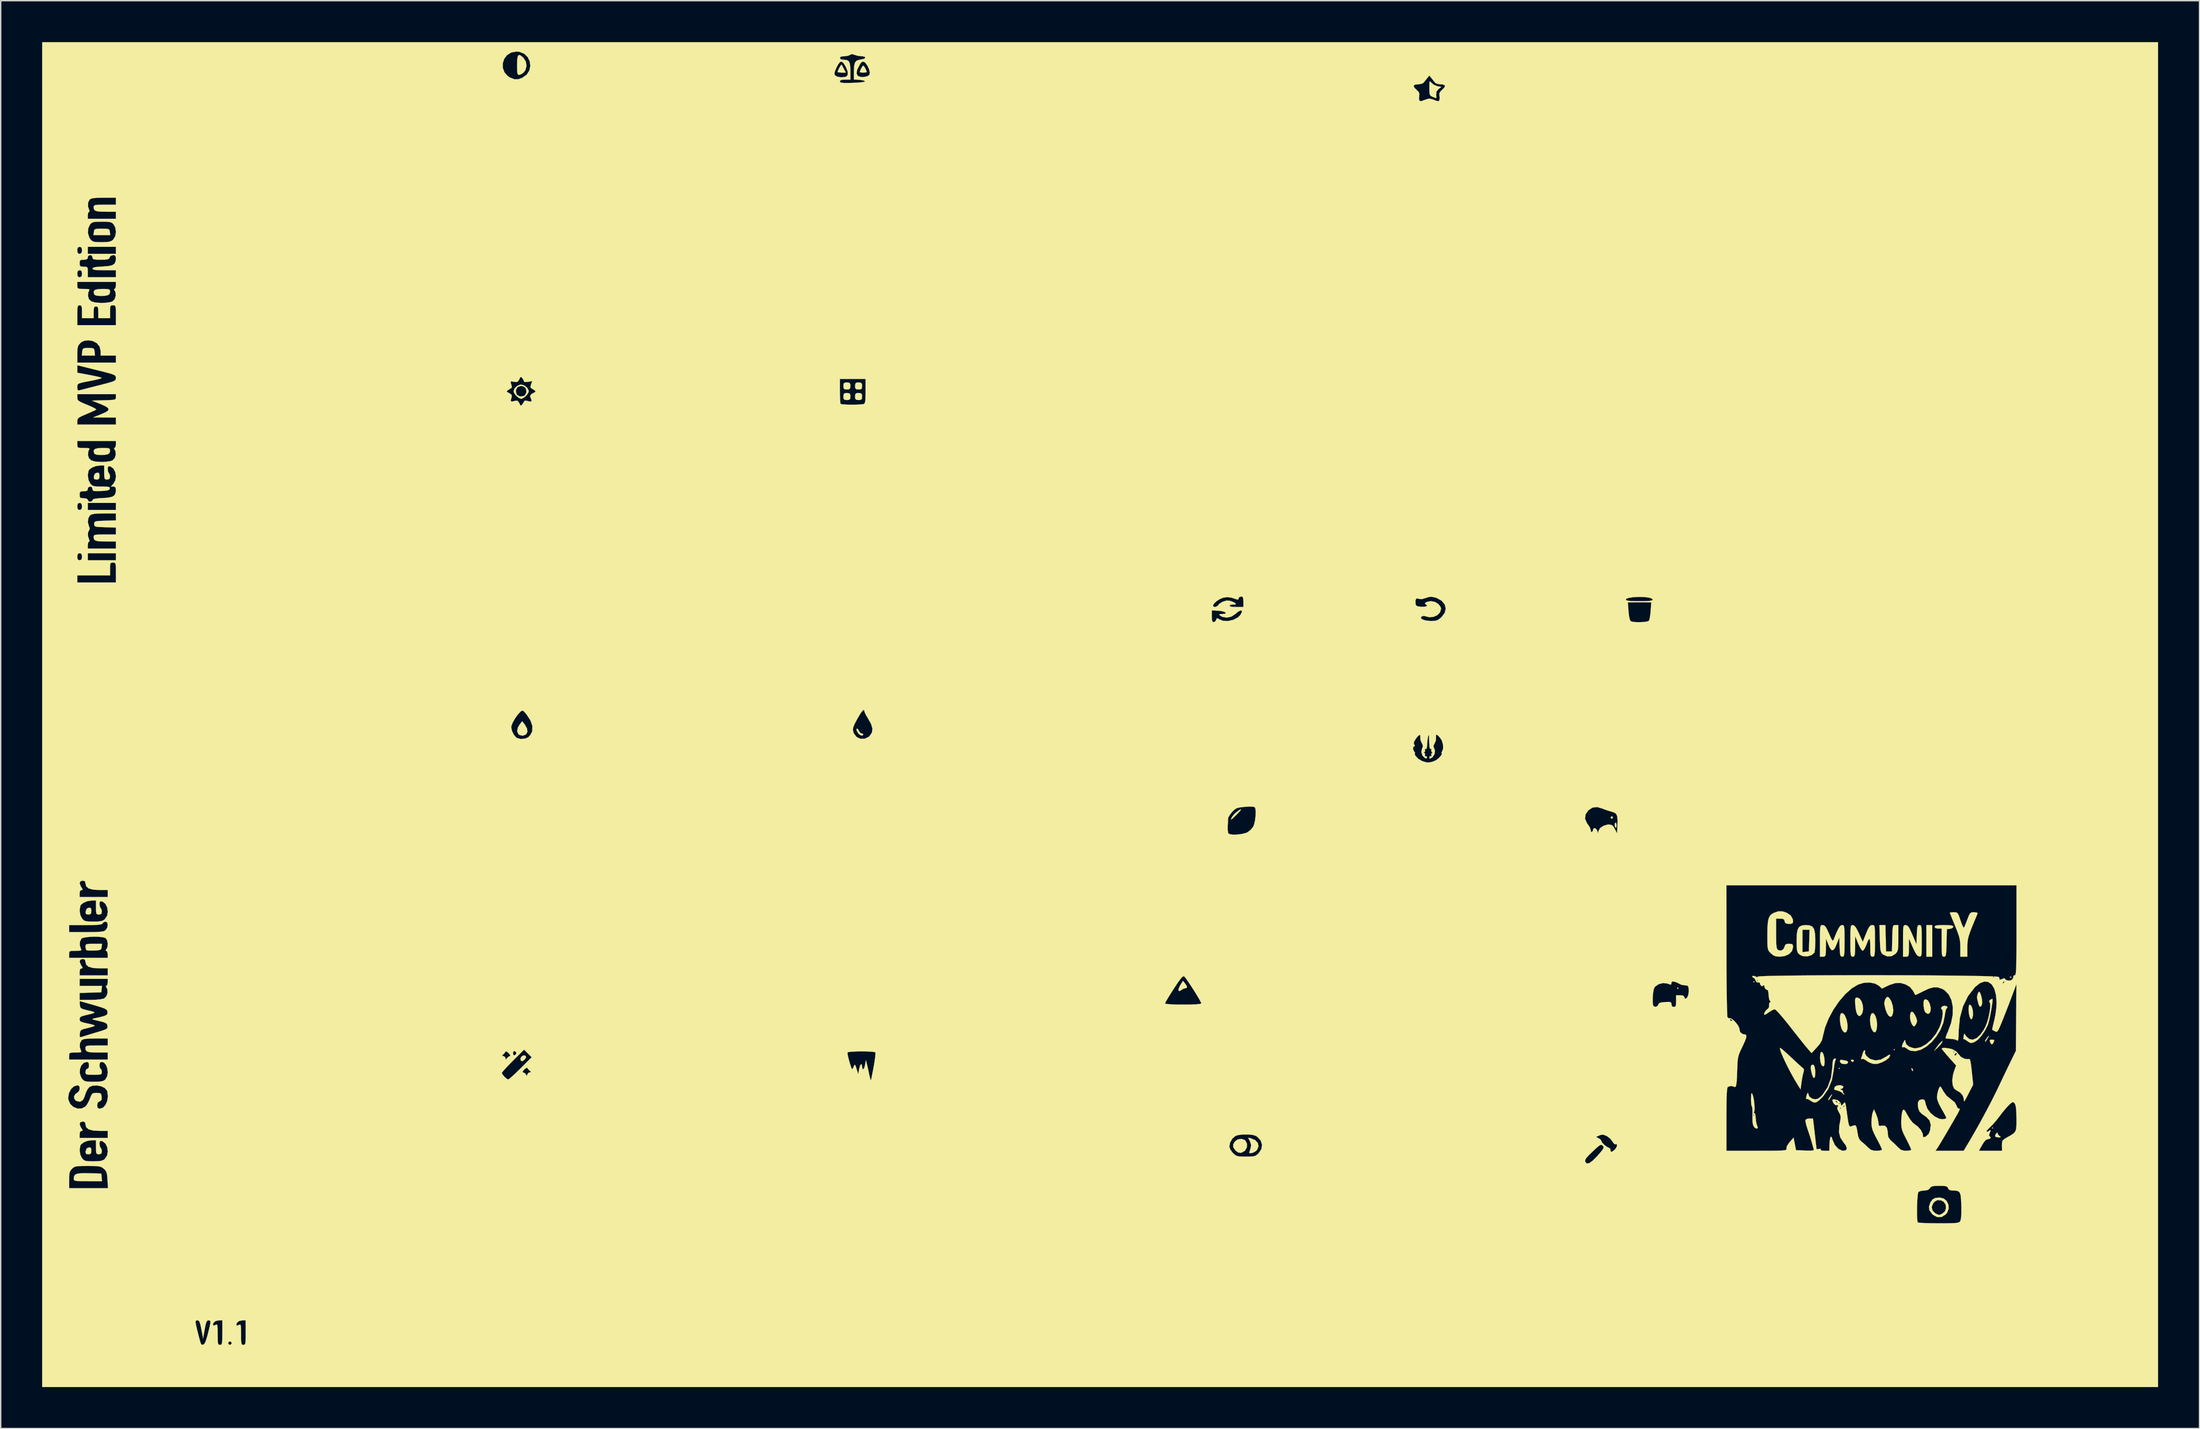
<source format=kicad_pcb>
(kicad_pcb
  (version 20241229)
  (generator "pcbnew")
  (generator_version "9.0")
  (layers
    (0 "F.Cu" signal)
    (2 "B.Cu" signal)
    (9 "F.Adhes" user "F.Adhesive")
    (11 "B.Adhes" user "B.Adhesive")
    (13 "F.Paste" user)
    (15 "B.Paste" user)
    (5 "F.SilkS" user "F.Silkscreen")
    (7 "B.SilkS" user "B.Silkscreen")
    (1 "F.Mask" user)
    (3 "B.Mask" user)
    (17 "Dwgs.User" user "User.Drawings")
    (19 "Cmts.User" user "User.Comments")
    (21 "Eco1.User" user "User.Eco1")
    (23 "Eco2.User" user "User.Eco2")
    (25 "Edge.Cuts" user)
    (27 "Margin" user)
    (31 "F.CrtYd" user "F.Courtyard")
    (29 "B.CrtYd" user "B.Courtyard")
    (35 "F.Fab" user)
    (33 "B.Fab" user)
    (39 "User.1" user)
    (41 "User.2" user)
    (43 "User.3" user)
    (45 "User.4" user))
  (footprint "front_print"
    (layer "F.Cu")
    (at 76.544 48.688)
    (property "Reference" "front_print" (at 0 0 0) (layer "F.SilkS") (effects (font (size 1.524 1.524) (thickness 0.3))))
    (attr through_hole)
    (fp_poly (pts (xy 47.413 19.346) (xy 47.371 19.389) (xy 47.329 19.346) (xy 47.371 19.304) (xy 47.413 19.346)) (stroke (width 0.01) (type solid)) (fill yes) (layer "F.SilkS"))
    (fp_poly (pts (xy 53.594 25.612) (xy 53.552 25.654) (xy 53.509 25.612) (xy 53.552 25.569) (xy 53.594 25.612)) (stroke (width 0.01) (type solid)) (fill yes) (layer "F.SilkS"))
    (fp_poly (pts (xy 57.573 24.257) (xy 57.531 24.299) (xy 57.489 24.257) (xy 57.531 24.215) (xy 57.573 24.257)) (stroke (width 0.01) (type solid)) (fill yes) (layer "F.SilkS"))
    (fp_poly (pts (xy 60.283 17.526) (xy 59.859 17.526) (xy 59.859 15.24) (xy 60.283 15.24) (xy 60.283 17.526)) (stroke (width 0.01) (type solid)) (fill yes) (layer "F.SilkS"))
    (fp_poly (pts (xy 64.685 29.93) (xy 64.643 29.972) (xy 64.601 29.93) (xy 64.643 29.887) (xy 64.685 29.93)) (stroke (width 0.01) (type solid)) (fill yes) (layer "F.SilkS"))
    (fp_poly (pts (xy 41.882 19.756) (xy 41.892 19.856) (xy 41.882 19.868) (xy 41.831 19.857) (xy 41.825 19.812) (xy 41.856 19.742) (xy 41.882 19.756)) (stroke (width 0.01) (type solid)) (fill yes) (layer "F.SilkS"))
    (fp_poly (pts (xy 66.012 18.994) (xy 66 19.044) (xy 65.955 19.05) (xy 65.886 19.019) (xy 65.899 18.994) (xy 65.999 18.983) (xy 66.012 18.994)) (stroke (width 0.01) (type solid)) (fill yes) (layer "F.SilkS"))
    (fp_poly (pts (xy 58.841 25.631) (xy 58.873 25.693) (xy 58.894 25.812) (xy 58.837 25.789) (xy 58.798 25.733) (xy 58.771 25.622) (xy 58.782 25.602) (xy 58.841 25.631)) (stroke (width 0.01) (type solid)) (fill yes) (layer "F.SilkS"))
    (fp_poly (pts (xy 37.166 7.43) (xy 37.169 7.451) (xy 37.104 7.533) (xy 37.084 7.535) (xy 37.002 7.471) (xy 36.999 7.451) (xy 37.064 7.368) (xy 37.084 7.366) (xy 37.166 7.43)) (stroke (width 0.01) (type solid)) (fill yes) (layer "F.SilkS"))
    (fp_poly (pts (xy 37.423 7.977) (xy 37.423 7.984) (xy 37.408 8.172) (xy 37.364 8.194) (xy 37.302 8.072) (xy 37.298 7.907) (xy 37.335 7.843) (xy 37.401 7.831) (xy 37.423 7.977)) (stroke (width 0.01) (type solid)) (fill yes) (layer "F.SilkS"))
    (fp_poly (pts (xy 54.594 25.021) (xy 54.61 25.061) (xy 54.549 25.144) (xy 54.53 25.146) (xy 54.416 25.084) (xy 54.398 25.061) (xy 54.418 24.989) (xy 54.478 24.977) (xy 54.594 25.021)) (stroke (width 0.01) (type solid)) (fill yes) (layer "F.SilkS"))
    (fp_poly (pts (xy 53.029 27.519) (xy 53.01 27.559) (xy 52.883 27.784) (xy 52.79 27.908) (xy 52.751 27.905) (xy 52.751 27.898) (xy 52.8 27.778) (xy 52.92 27.607) (xy 52.924 27.601) (xy 53.025 27.49) (xy 53.029 27.519)) (stroke (width 0.01) (type solid)) (fill yes) (layer "F.SilkS"))
    (fp_poly (pts (xy 64.375 23.285) (xy 64.355 23.326) (xy 64.228 23.551) (xy 64.135 23.674) (xy 64.096 23.672) (xy 64.096 23.664) (xy 64.146 23.545) (xy 64.265 23.374) (xy 64.27 23.368) (xy 64.37 23.257) (xy 64.375 23.285)) (stroke (width 0.01) (type solid)) (fill yes) (layer "F.SilkS"))
    (fp_poly (pts (xy 64.738 23.552) (xy 64.77 23.573) (xy 64.733 23.712) (xy 64.654 23.84) (xy 64.601 23.876) (xy 64.517 23.809) (xy 64.483 23.742) (xy 64.438 23.592) (xy 64.493 23.542) (xy 64.601 23.537) (xy 64.738 23.552)) (stroke (width 0.01) (type solid)) (fill yes) (layer "F.SilkS"))
    (fp_poly (pts (xy -73.039 13.992) (xy -72.988 14.095) (xy -72.983 14.218) (xy -73.004 14.402) (xy -73.097 14.471) (xy -73.2 14.478) (xy -73.355 14.454) (xy -73.397 14.345) (xy -73.39 14.245) (xy -73.32 14.054) (xy -73.173 13.985) (xy -73.039 13.992)) (stroke (width 0.01) (type solid)) (fill yes) (layer "F.SilkS"))
    (fp_poly (pts (xy -73.039 31.349) (xy -72.988 31.452) (xy -72.983 31.575) (xy -73.004 31.759) (xy -73.097 31.827) (xy -73.2 31.835) (xy -73.355 31.81) (xy -73.397 31.702) (xy -73.39 31.602) (xy -73.32 31.41) (xy -73.173 31.342) (xy -73.039 31.349)) (stroke (width 0.01) (type solid)) (fill yes) (layer "F.SilkS"))
    (fp_poly (pts (xy -72.943 -26.537) (xy -72.815 -26.501) (xy -72.763 -26.406) (xy -72.744 -26.268) (xy -72.718 -25.993) (xy -73.671 -25.993) (xy -73.644 -26.268) (xy -73.62 -26.431) (xy -73.556 -26.512) (xy -73.407 -26.54) (xy -73.194 -26.543) (xy -72.943 -26.537)) (stroke (width 0.01) (type solid)) (fill yes) (layer "F.SilkS"))
    (fp_poly (pts (xy -72.446 -17.504) (xy -72.396 -17.401) (xy -72.39 -17.278) (xy -72.411 -17.094) (xy -72.504 -17.025) (xy -72.607 -17.018) (xy -72.762 -17.042) (xy -72.805 -17.151) (xy -72.798 -17.251) (xy -72.728 -17.442) (xy -72.581 -17.511) (xy -72.446 -17.504)) (stroke (width 0.01) (type solid)) (fill yes) (layer "F.SilkS"))
    (fp_poly (pts (xy -41.575 24.69) (xy -41.551 24.709) (xy -41.506 24.813) (xy -41.59 24.947) (xy -41.624 24.982) (xy -41.76 25.094) (xy -41.851 25.082) (xy -41.896 25.036) (xy -41.923 24.901) (xy -41.845 24.765) (xy -41.711 24.678) (xy -41.575 24.69)) (stroke (width 0.01) (type solid)) (fill yes) (layer "F.SilkS"))
    (fp_poly (pts (xy 61.019 23.677) (xy 60.982 23.749) (xy 60.857 23.921) (xy 60.675 24.113) (xy 60.656 24.13) (xy 60.422 24.342) (xy 60.602 24.08) (xy 60.763 23.871) (xy 60.915 23.71) (xy 60.928 23.699) (xy 61.027 23.626) (xy 61.019 23.677)) (stroke (width 0.01) (type solid)) (fill yes) (layer "F.SilkS"))
    (fp_poly (pts (xy 65.004 30.284) (xy 65.046 30.407) (xy 65.136 30.498) (xy 65.238 30.585) (xy 65.195 30.611) (xy 65.111 30.613) (xy 64.927 30.591) (xy 64.851 30.563) (xy 64.832 30.466) (xy 64.898 30.348) (xy 64.985 30.26) (xy 65.004 30.284)) (stroke (width 0.01) (type solid)) (fill yes) (layer "F.SilkS"))
    (fp_poly (pts (xy -41.599 0.729) (xy -41.443 1.003) (xy -41.415 1.247) (xy -41.509 1.43) (xy -41.715 1.52) (xy -41.783 1.524) (xy -41.977 1.478) (xy -42.062 1.422) (xy -42.157 1.218) (xy -42.117 0.957) (xy -41.979 0.719) (xy -41.794 0.484) (xy -41.599 0.729)) (stroke (width 0.01) (type solid)) (fill yes) (layer "F.SilkS"))
    (fp_poly (pts (xy -18.108 -24.024) (xy -18.042 -23.925) (xy -18.034 -23.791) (xy -18.055 -23.611) (xy -18.154 -23.545) (xy -18.288 -23.537) (xy -18.468 -23.558) (xy -18.534 -23.657) (xy -18.542 -23.791) (xy -18.521 -23.971) (xy -18.422 -24.038) (xy -18.288 -24.045) (xy -18.108 -24.024)) (stroke (width 0.01) (type solid)) (fill yes) (layer "F.SilkS"))
    (fp_poly (pts (xy -18.108 -23.262) (xy -18.042 -23.163) (xy -18.034 -23.029) (xy -18.055 -22.849) (xy -18.154 -22.783) (xy -18.288 -22.775) (xy -18.468 -22.796) (xy -18.534 -22.895) (xy -18.542 -23.029) (xy -18.521 -23.209) (xy -18.422 -23.276) (xy -18.288 -23.283) (xy -18.108 -23.262)) (stroke (width 0.01) (type solid)) (fill yes) (layer "F.SilkS"))
    (fp_poly (pts (xy -17.261 -24.024) (xy -17.195 -23.925) (xy -17.187 -23.791) (xy -17.208 -23.611) (xy -17.307 -23.545) (xy -17.441 -23.537) (xy -17.621 -23.558) (xy -17.688 -23.657) (xy -17.695 -23.791) (xy -17.674 -23.971) (xy -17.575 -24.038) (xy -17.441 -24.045) (xy -17.261 -24.024)) (stroke (width 0.01) (type solid)) (fill yes) (layer "F.SilkS"))
    (fp_poly (pts (xy -17.261 -23.262) (xy -17.195 -23.163) (xy -17.187 -23.029) (xy -17.208 -22.849) (xy -17.307 -22.783) (xy -17.441 -22.775) (xy -17.621 -22.796) (xy -17.688 -22.895) (xy -17.695 -23.029) (xy -17.674 -23.209) (xy -17.575 -23.276) (xy -17.441 -23.283) (xy -17.261 -23.262)) (stroke (width 0.01) (type solid)) (fill yes) (layer "F.SilkS"))
    (fp_poly (pts (xy 6.195 19.47) (xy 6.328 19.672) (xy 6.323 19.783) (xy 6.208 19.812) (xy 6.035 19.866) (xy 5.921 19.945) (xy 5.78 20.024) (xy 5.717 19.985) (xy 5.723 19.863) (xy 5.806 19.665) (xy 5.851 19.586) (xy 6.04 19.279) (xy 6.195 19.47)) (stroke (width 0.01) (type solid)) (fill yes) (layer "F.SilkS"))
    (fp_poly (pts (xy 53.785 25.008) (xy 53.981 25.05) (xy 54.081 25.06) (xy 54.175 25.13) (xy 54.187 25.188) (xy 54.116 25.28) (xy 53.943 25.31) (xy 53.725 25.269) (xy 53.7 25.259) (xy 53.605 25.148) (xy 53.594 25.087) (xy 53.643 24.997) (xy 53.785 25.008)) (stroke (width 0.01) (type solid)) (fill yes) (layer "F.SilkS"))
    (fp_poly (pts (xy -71.924 -35.175) (xy -71.757 -35.154) (xy -71.679 -35.098) (xy -71.649 -34.992) (xy -71.644 -34.946) (xy -71.617 -34.713) (xy -72.825 -34.713) (xy -72.798 -34.946) (xy -72.775 -35.071) (xy -72.716 -35.141) (xy -72.58 -35.171) (xy -72.328 -35.179) (xy -72.221 -35.179) (xy -71.924 -35.175)) (stroke (width 0.01) (type solid)) (fill yes) (layer "F.SilkS"))
    (fp_poly (pts (xy -18.622 -46.974) (xy -18.528 -46.796) (xy -18.508 -46.757) (xy -18.368 -46.482) (xy -18.667 -46.482) (xy -18.864 -46.494) (xy -18.963 -46.522) (xy -18.965 -46.529) (xy -18.931 -46.632) (xy -18.852 -46.795) (xy -18.76 -46.956) (xy -18.69 -47.055) (xy -18.674 -47.061) (xy -18.622 -46.974)) (stroke (width 0.01) (type solid)) (fill yes) (layer "F.SilkS"))
    (fp_poly (pts (xy -17.457 1.086) (xy -17.417 1.185) (xy -17.324 1.323) (xy -17.238 1.355) (xy -17.12 1.398) (xy -17.103 1.439) (xy -17.156 1.521) (xy -17.282 1.502) (xy -17.427 1.399) (xy -17.479 1.336) (xy -17.596 1.128) (xy -17.583 1.027) (xy -17.536 1.016) (xy -17.457 1.086)) (stroke (width 0.01) (type solid)) (fill yes) (layer "F.SilkS"))
    (fp_poly (pts (xy 51.687 25.352) (xy 51.769 25.504) (xy 51.811 25.791) (xy 51.815 25.929) (xy 51.795 26.201) (xy 51.742 26.315) (xy 51.666 26.269) (xy 51.579 26.057) (xy 51.566 26.014) (xy 51.491 25.677) (xy 51.493 25.465) (xy 51.571 25.352) (xy 51.571 25.352) (xy 51.687 25.352)) (stroke (width 0.01) (type solid)) (fill yes) (layer "F.SilkS"))
    (fp_poly (pts (xy -17.037 -46.924) (xy -16.947 -46.773) (xy -16.872 -46.609) (xy -16.849 -46.52) (xy -16.922 -46.493) (xy -17.1 -46.482) (xy -17.103 -46.482) (xy -17.281 -46.493) (xy -17.357 -46.52) (xy -17.357 -46.52) (xy -17.321 -46.642) (xy -17.239 -46.809) (xy -17.151 -46.948) (xy -17.103 -46.99) (xy -17.037 -46.924)) (stroke (width 0.01) (type solid)) (fill yes) (layer "F.SilkS"))
    (fp_poly (pts (xy 10.245 6.883) (xy 10.245 6.886) (xy 10.19 6.96) (xy 10.047 7.116) (xy 9.896 7.271) (xy 9.664 7.496) (xy 9.539 7.597) (xy 9.513 7.578) (xy 9.58 7.441) (xy 9.616 7.377) (xy 9.727 7.238) (xy 9.887 7.086) (xy 10.055 6.954) (xy 10.188 6.876) (xy 10.245 6.883)) (stroke (width 0.01) (type solid)) (fill yes) (layer "F.SilkS"))
    (fp_poly (pts (xy 10.517 30.807) (xy 10.559 30.843) (xy 10.675 31.065) (xy 10.667 31.327) (xy 10.543 31.557) (xy 10.5 31.597) (xy 10.251 31.732) (xy 10.026 31.704) (xy 9.836 31.554) (xy 9.68 31.323) (xy 9.681 31.106) (xy 9.805 30.902) (xy 10.019 30.752) (xy 10.28 30.718) (xy 10.517 30.807)) (stroke (width 0.01) (type solid)) (fill yes) (layer "F.SilkS"))
    (fp_poly (pts (xy 52.327 24.451) (xy 52.408 24.604) (xy 52.468 24.845) (xy 52.493 25.133) (xy 52.493 25.152) (xy 52.468 25.39) (xy 52.399 25.478) (xy 52.297 25.409) (xy 52.242 25.321) (xy 52.184 25.129) (xy 52.158 24.879) (xy 52.167 24.635) (xy 52.209 24.463) (xy 52.239 24.426) (xy 52.327 24.451)) (stroke (width 0.01) (type solid)) (fill yes) (layer "F.SilkS"))
    (fp_poly (pts (xy 63.101 21.073) (xy 63.182 21.262) (xy 63.229 21.513) (xy 63.232 21.769) (xy 63.182 21.978) (xy 63.165 22.01) (xy 63.098 22.068) (xy 63.033 21.988) (xy 62.997 21.899) (xy 62.939 21.673) (xy 62.912 21.417) (xy 62.917 21.185) (xy 62.953 21.031) (xy 62.994 20.997) (xy 63.101 21.073)) (stroke (width 0.01) (type solid)) (fill yes) (layer "F.SilkS"))
    (fp_poly (pts (xy 56.059 21.65) (xy 56.165 21.818) (xy 56.246 22.071) (xy 56.287 22.37) (xy 56.286 22.54) (xy 56.244 22.844) (xy 56.163 22.996) (xy 56.05 22.988) (xy 55.982 22.923) (xy 55.869 22.71) (xy 55.8 22.428) (xy 55.777 22.126) (xy 55.801 21.856) (xy 55.874 21.666) (xy 55.943 21.611) (xy 56.059 21.65)) (stroke (width 0.01) (type solid)) (fill yes) (layer "F.SilkS"))
    (fp_poly (pts (xy 58.913 21.577) (xy 59.033 21.754) (xy 59.133 21.975) (xy 59.181 22.183) (xy 59.182 22.206) (xy 59.135 22.362) (xy 59.068 22.475) (xy 58.98 22.574) (xy 58.906 22.55) (xy 58.814 22.43) (xy 58.724 22.229) (xy 58.678 21.983) (xy 58.677 21.746) (xy 58.722 21.569) (xy 58.805 21.505) (xy 58.913 21.577)) (stroke (width 0.01) (type solid)) (fill yes) (layer "F.SilkS"))
    (fp_poly (pts (xy 63.746 20.141) (xy 63.816 20.327) (xy 63.871 20.568) (xy 63.897 20.805) (xy 63.886 20.966) (xy 63.808 21.135) (xy 63.716 21.142) (xy 63.636 20.99) (xy 63.622 20.934) (xy 63.571 20.72) (xy 63.535 20.588) (xy 63.526 20.424) (xy 63.564 20.235) (xy 63.63 20.095) (xy 63.675 20.066) (xy 63.746 20.141)) (stroke (width 0.01) (type solid)) (fill yes) (layer "F.SilkS"))
    (fp_poly (pts (xy -71.884 -30.815) (xy -71.718 -30.794) (xy -71.646 -30.741) (xy -71.628 -30.644) (xy -71.628 -30.616) (xy -71.661 -30.46) (xy -71.778 -30.366) (xy -72.008 -30.321) (xy -72.315 -30.311) (xy -72.608 -30.332) (xy -72.758 -30.399) (xy -72.783 -30.438) (xy -72.816 -30.622) (xy -72.733 -30.74) (xy -72.518 -30.802) (xy -72.181 -30.819) (xy -71.884 -30.815)) (stroke (width 0.01) (type solid)) (fill yes) (layer "F.SilkS"))
    (fp_poly (pts (xy -71.884 -19.3) (xy -71.718 -19.279) (xy -71.646 -19.227) (xy -71.628 -19.129) (xy -71.628 -19.101) (xy -71.661 -18.946) (xy -71.778 -18.852) (xy -72.008 -18.806) (xy -72.315 -18.796) (xy -72.608 -18.817) (xy -72.758 -18.884) (xy -72.783 -18.923) (xy -72.816 -19.108) (xy -72.733 -19.225) (xy -72.518 -19.287) (xy -72.181 -19.304) (xy -71.884 -19.3)) (stroke (width 0.01) (type solid)) (fill yes) (layer "F.SilkS"))
    (fp_poly (pts (xy 53.955 21.777) (xy 54.072 22.064) (xy 54.097 22.155) (xy 54.15 22.486) (xy 54.141 22.754) (xy 54.082 22.94) (xy 53.988 23.023) (xy 53.87 22.982) (xy 53.744 22.796) (xy 53.717 22.736) (xy 53.643 22.481) (xy 53.603 22.187) (xy 53.6 21.91) (xy 53.634 21.703) (xy 53.682 21.63) (xy 53.821 21.627) (xy 53.955 21.777)) (stroke (width 0.01) (type solid)) (fill yes) (layer "F.SilkS"))
    (fp_poly (pts (xy 59.966 20.691) (xy 60.096 20.923) (xy 60.099 20.93) (xy 60.169 21.216) (xy 60.161 21.453) (xy 60.09 21.614) (xy 59.971 21.671) (xy 59.82 21.595) (xy 59.769 21.541) (xy 59.7 21.377) (xy 59.658 21.124) (xy 59.653 21.011) (xy 59.66 20.768) (xy 59.701 20.65) (xy 59.793 20.617) (xy 59.813 20.616) (xy 59.966 20.691)) (stroke (width 0.01) (type solid)) (fill yes) (layer "F.SilkS"))
    (fp_poly (pts (xy -73.14 33.207) (xy -72.263 33.232) (xy -72.236 33.507) (xy -72.21 33.782) (xy -73.231 33.782) (xy -73.661 33.781) (xy -73.949 33.774) (xy -74.124 33.757) (xy -74.214 33.722) (xy -74.248 33.665) (xy -74.253 33.581) (xy -74.253 33.581) (xy -74.23 33.415) (xy -74.147 33.303) (xy -73.976 33.236) (xy -73.695 33.206) (xy -73.276 33.204) (xy -73.14 33.207)) (stroke (width 0.01) (type solid)) (fill yes) (layer "F.SilkS"))
    (fp_poly (pts (xy -72.236 16.828) (xy -72.262 16.957) (xy -72.329 17.029) (xy -72.48 17.065) (xy -72.756 17.084) (xy -72.774 17.085) (xy -73.056 17.089) (xy -73.265 17.074) (xy -73.346 17.05) (xy -73.393 16.925) (xy -73.406 16.792) (xy -73.396 16.689) (xy -73.34 16.63) (xy -73.202 16.603) (xy -72.945 16.595) (xy -72.808 16.595) (xy -72.209 16.595) (xy -72.236 16.828)) (stroke (width 0.01) (type solid)) (fill yes) (layer "F.SilkS"))
    (fp_poly (pts (xy -41.896 -47.719) (xy -41.704 -47.553) (xy -41.694 -47.544) (xy -41.525 -47.272) (xy -41.481 -46.956) (xy -41.563 -46.655) (xy -41.683 -46.497) (xy -41.864 -46.366) (xy -42.021 -46.313) (xy -42.091 -46.335) (xy -42.134 -46.421) (xy -42.156 -46.605) (xy -42.164 -46.916) (xy -42.164 -47.032) (xy -42.152 -47.429) (xy -42.111 -47.668) (xy -42.029 -47.761) (xy -41.896 -47.719)) (stroke (width 0.01) (type solid)) (fill yes) (layer "F.SilkS"))
    (fp_poly (pts (xy 10.988 30.69) (xy 11.289 30.825) (xy 11.467 31.029) (xy 11.509 31.271) (xy 11.401 31.518) (xy 11.345 31.581) (xy 11.2 31.679) (xy 11.026 31.745) (xy 10.885 31.76) (xy 10.837 31.72) (xy 10.862 31.628) (xy 10.923 31.445) (xy 10.929 31.426) (xy 10.977 31.185) (xy 10.917 30.956) (xy 10.889 30.897) (xy 10.757 30.632) (xy 10.988 30.69)) (stroke (width 0.01) (type solid)) (fill yes) (layer "F.SilkS"))
    (fp_poly (pts (xy 55.026 20.565) (xy 55.161 20.76) (xy 55.248 21.026) (xy 55.277 21.314) (xy 55.234 21.574) (xy 55.169 21.696) (xy 55.049 21.824) (xy 54.951 21.808) (xy 54.857 21.708) (xy 54.792 21.555) (xy 54.738 21.294) (xy 54.709 21.031) (xy 54.695 20.738) (xy 54.705 20.575) (xy 54.751 20.505) (xy 54.844 20.489) (xy 54.858 20.489) (xy 55.026 20.565)) (stroke (width 0.01) (type solid)) (fill yes) (layer "F.SilkS"))
    (fp_poly (pts (xy 57.11 20.465) (xy 57.175 20.526) (xy 57.315 20.751) (xy 57.417 21.066) (xy 57.461 21.394) (xy 57.445 21.596) (xy 57.367 21.824) (xy 57.261 21.89) (xy 57.118 21.8) (xy 57.118 21.8) (xy 57 21.612) (xy 56.894 21.33) (xy 56.826 21.028) (xy 56.812 20.865) (xy 56.861 20.653) (xy 56.923 20.538) (xy 57.02 20.435) (xy 57.11 20.465)) (stroke (width 0.01) (type solid)) (fill yes) (layer "F.SilkS"))
    (fp_poly (pts (xy 23.994 -45.784) (xy 24.026 -45.743) (xy 24.212 -45.594) (xy 24.455 -45.498) (xy 24.458 -45.497) (xy 24.744 -45.441) (xy 24.543 -45.289) (xy 24.392 -45.111) (xy 24.37 -44.878) (xy 24.381 -44.701) (xy 24.37 -44.628) (xy 24.369 -44.628) (xy 24.279 -44.663) (xy 24.109 -44.729) (xy 23.984 -44.79) (xy 23.914 -44.877) (xy 23.884 -45.034) (xy 23.878 -45.307) (xy 23.878 -45.377) (xy 23.881 -45.67) (xy 23.895 -45.819) (xy 23.929 -45.849) (xy 23.994 -45.784)) (stroke (width 0.01) (type solid)) (fill yes) (layer "F.SilkS"))
    (fp_poly (pts (xy 53.694 26.847) (xy 53.825 26.908) (xy 53.848 26.966) (xy 53.778 27.077) (xy 53.7 27.099) (xy 53.609 27.113) (xy 53.67 27.156) (xy 53.721 27.178) (xy 53.825 27.236) (xy 53.816 27.257) (xy 53.8 27.313) (xy 53.848 27.39) (xy 53.916 27.493) (xy 53.911 27.517) (xy 53.829 27.46) (xy 53.768 27.395) (xy 53.614 27.288) (xy 53.419 27.219) (xy 53.236 27.173) (xy 53.18 27.117) (xy 53.211 27.003) (xy 53.222 26.973) (xy 53.327 26.88) (xy 53.506 26.837) (xy 53.694 26.847)) (stroke (width 0.01) (type solid)) (fill yes) (layer "F.SilkS"))
    (fp_poly (pts (xy 49.355 24.185) (xy 49.537 24.336) (xy 49.789 24.56) (xy 50.086 24.835) (xy 50.124 24.871) (xy 50.424 25.153) (xy 50.683 25.39) (xy 50.873 25.559) (xy 50.969 25.636) (xy 50.973 25.638) (xy 50.998 25.726) (xy 50.963 25.892) (xy 50.908 26.102) (xy 50.851 26.403) (xy 50.817 26.628) (xy 50.752 27.136) (xy 50.537 26.797) (xy 50.31 26.421) (xy 50.078 26.006) (xy 49.853 25.579) (xy 49.647 25.164) (xy 49.472 24.787) (xy 49.341 24.473) (xy 49.265 24.248) (xy 49.256 24.137) (xy 49.27 24.13) (xy 49.355 24.185)) (stroke (width 0.01) (type solid)) (fill yes) (layer "F.SilkS"))
    (fp_poly (pts (xy 55.429 24.352) (xy 55.415 24.382) (xy 55.41 24.535) (xy 55.525 24.721) (xy 55.728 24.894) (xy 55.811 24.942) (xy 56.173 25.039) (xy 56.561 24.978) (xy 56.946 24.765) (xy 57.14 24.637) (xy 57.227 24.632) (xy 57.235 24.663) (xy 57.156 24.839) (xy 56.935 25.023) (xy 56.62 25.185) (xy 56.304 25.289) (xy 56.042 25.294) (xy 55.797 25.221) (xy 55.576 25.104) (xy 55.443 25.006) (xy 55.288 24.927) (xy 55.194 24.94) (xy 55.126 24.951) (xy 55.146 24.856) (xy 55.213 24.653) (xy 55.255 24.503) (xy 55.322 24.348) (xy 55.386 24.299) (xy 55.429 24.352)) (stroke (width 0.01) (type solid)) (fill yes) (layer "F.SilkS"))
    (fp_poly (pts (xy 61.48 15.247) (xy 61.691 15.27) (xy 61.789 15.314) (xy 61.807 15.361) (xy 61.732 15.461) (xy 61.574 15.51) (xy 61.341 15.536) (xy 61.317 16.531) (xy 61.305 16.955) (xy 61.289 17.238) (xy 61.264 17.409) (xy 61.225 17.494) (xy 61.166 17.524) (xy 61.127 17.526) (xy 61.056 17.515) (xy 61.009 17.465) (xy 60.98 17.347) (xy 60.966 17.133) (xy 60.961 16.795) (xy 60.96 16.51) (xy 60.96 15.494) (xy 60.706 15.494) (xy 60.504 15.456) (xy 60.452 15.367) (xy 60.484 15.302) (xy 60.6 15.263) (xy 60.829 15.244) (xy 61.129 15.24) (xy 61.48 15.247)) (stroke (width 0.01) (type solid)) (fill yes) (layer "F.SilkS"))
    (fp_poly (pts (xy 56.938 17.145) (xy 57.362 17.145) (xy 57.386 16.192) (xy 57.397 15.78) (xy 57.412 15.509) (xy 57.436 15.348) (xy 57.478 15.269) (xy 57.544 15.243) (xy 57.618 15.24) (xy 57.827 15.24) (xy 57.827 16.175) (xy 57.825 16.589) (xy 57.813 16.869) (xy 57.786 17.054) (xy 57.736 17.178) (xy 57.657 17.28) (xy 57.62 17.318) (xy 57.34 17.491) (xy 57.028 17.511) (xy 56.729 17.376) (xy 56.715 17.364) (xy 56.628 17.283) (xy 56.57 17.181) (xy 56.532 17.027) (xy 56.509 16.785) (xy 56.493 16.421) (xy 56.487 16.221) (xy 56.458 15.24) (xy 56.89 15.24) (xy 56.938 17.145)) (stroke (width 0.01) (type solid)) (fill yes) (layer "F.SilkS"))
    (fp_poly (pts (xy 51.418 15.265) (xy 51.611 15.357) (xy 51.731 15.54) (xy 51.794 15.838) (xy 51.814 16.276) (xy 51.815 16.362) (xy 51.808 16.716) (xy 51.79 17.009) (xy 51.765 17.197) (xy 51.751 17.238) (xy 51.54 17.417) (xy 51.246 17.506) (xy 50.933 17.492) (xy 50.758 17.425) (xy 50.626 17.337) (xy 50.541 17.229) (xy 50.492 17.065) (xy 50.469 16.809) (xy 50.463 16.424) (xy 50.463 16.362) (xy 50.477 15.9) (xy 50.532 15.58) (xy 50.533 15.579) (xy 50.885 15.579) (xy 50.885 17.199) (xy 51.117 17.172) (xy 51.35 17.145) (xy 51.375 16.362) (xy 51.399 15.579) (xy 50.885 15.579) (xy 50.533 15.579) (xy 50.642 15.38) (xy 50.822 15.275) (xy 51.087 15.241) (xy 51.139 15.24) (xy 51.418 15.265)) (stroke (width 0.01) (type solid)) (fill yes) (layer "F.SilkS"))
    (fp_poly (pts (xy 61.118 35.039) (xy 61.332 35.225) (xy 61.453 35.485) (xy 61.467 35.778) (xy 61.36 36.061) (xy 61.244 36.199) (xy 60.953 36.377) (xy 60.652 36.387) (xy 60.355 36.231) (xy 60.276 36.159) (xy 60.081 35.897) (xy 60.048 35.677) (xy 60.24 35.677) (xy 60.308 35.92) (xy 60.519 36.122) (xy 60.766 36.232) (xy 60.846 36.205) (xy 61 36.138) (xy 61.196 35.972) (xy 61.278 35.738) (xy 61.252 35.491) (xy 61.122 35.282) (xy 60.921 35.172) (xy 60.649 35.154) (xy 60.442 35.271) (xy 60.328 35.417) (xy 60.24 35.677) (xy 60.048 35.677) (xy 60.041 35.631) (xy 60.15 35.317) (xy 60.153 35.312) (xy 60.301 35.103) (xy 60.502 34.998) (xy 60.811 34.967) (xy 60.825 34.967) (xy 61.118 35.039)) (stroke (width 0.01) (type solid)) (fill yes) (layer "F.SilkS"))
    (fp_poly (pts (xy -41.633 -23.83) (xy -41.432 -23.664) (xy -41.323 -23.454) (xy -41.317 -23.397) (xy -41.382 -23.241) (xy -41.536 -23.061) (xy -41.72 -22.915) (xy -41.868 -22.86) (xy -42.016 -22.916) (xy -42.195 -23.053) (xy -42.21 -23.068) (xy -42.352 -23.242) (xy -42.417 -23.387) (xy -42.418 -23.397) (xy -42.413 -23.41) (xy -42.249 -23.41) (xy -42.203 -23.216) (xy -42.147 -23.131) (xy -41.982 -23.046) (xy -41.868 -23.029) (xy -41.673 -23.075) (xy -41.588 -23.131) (xy -41.503 -23.296) (xy -41.487 -23.41) (xy -41.533 -23.605) (xy -41.588 -23.69) (xy -41.753 -23.775) (xy -41.868 -23.791) (xy -42.062 -23.745) (xy -42.147 -23.69) (xy -42.232 -23.525) (xy -42.249 -23.41) (xy -42.413 -23.41) (xy -42.344 -23.61) (xy -42.162 -23.793) (xy -41.93 -23.892) (xy -41.868 -23.897) (xy -41.633 -23.83)) (stroke (width 0.01) (type solid)) (fill yes) (layer "F.SilkS"))
    (fp_poly (pts (xy 47.235 27.429) (xy 47.25 27.451) (xy 47.317 27.638) (xy 47.372 27.913) (xy 47.408 28.222) (xy 47.421 28.51) (xy 47.406 28.724) (xy 47.377 28.797) (xy 47.33 28.864) (xy 47.377 28.846) (xy 47.449 28.878) (xy 47.484 29.024) (xy 47.519 29.407) (xy 47.564 29.654) (xy 47.619 29.793) (xy 47.654 29.927) (xy 47.583 29.979) (xy 47.458 29.932) (xy 47.395 29.869) (xy 47.317 29.731) (xy 47.275 29.53) (xy 47.264 29.224) (xy 47.268 29.027) (xy 47.268 28.998) (xy 47.329 28.998) (xy 47.371 29.041) (xy 47.413 28.998) (xy 47.371 28.956) (xy 47.329 28.998) (xy 47.268 28.998) (xy 47.269 28.716) (xy 47.256 28.483) (xy 47.231 28.369) (xy 47.223 28.363) (xy 47.19 28.286) (xy 47.168 28.085) (xy 47.162 27.834) (xy 47.17 27.552) (xy 47.193 27.422) (xy 47.235 27.429)) (stroke (width 0.01) (type solid)) (fill yes) (layer "F.SilkS"))
    (fp_poly (pts (xy 53.308 24.911) (xy 53.283 25.015) (xy 53.273 25.033) (xy 53.225 25.196) (xy 53.178 25.466) (xy 53.148 25.739) (xy 53.019 26.449) (xy 52.762 27.091) (xy 52.389 27.632) (xy 52.32 27.707) (xy 52.062 27.954) (xy 51.868 28.076) (xy 51.698 28.083) (xy 51.515 27.986) (xy 51.458 27.943) (xy 51.297 27.843) (xy 51.195 27.827) (xy 51.192 27.83) (xy 51.149 27.825) (xy 51.153 27.712) (xy 51.197 27.541) (xy 51.223 27.474) (xy 51.279 27.369) (xy 51.3 27.417) (xy 51.302 27.447) (xy 51.387 27.66) (xy 51.589 27.809) (xy 51.815 27.855) (xy 52.013 27.809) (xy 52.219 27.654) (xy 52.359 27.502) (xy 52.718 26.954) (xy 52.949 26.306) (xy 53.046 25.575) (xy 53.046 25.569) (xy 53.064 25.233) (xy 53.096 25.033) (xy 53.151 24.934) (xy 53.211 24.906) (xy 53.308 24.911)) (stroke (width 0.01) (type solid)) (fill yes) (layer "F.SilkS"))
    (fp_poly (pts (xy 64.647 20.687) (xy 64.626 20.914) (xy 64.581 21.223) (xy 64.52 21.572) (xy 64.45 21.919) (xy 64.378 22.224) (xy 64.313 22.444) (xy 64.3 22.477) (xy 64.098 22.879) (xy 63.854 23.244) (xy 63.602 23.526) (xy 63.416 23.664) (xy 63.194 23.765) (xy 63.04 23.773) (xy 62.879 23.683) (xy 62.803 23.625) (xy 62.646 23.522) (xy 62.551 23.499) (xy 62.549 23.501) (xy 62.532 23.462) (xy 62.55 23.315) (xy 62.594 23.087) (xy 62.757 23.312) (xy 62.975 23.5) (xy 63.225 23.535) (xy 63.494 23.425) (xy 63.765 23.178) (xy 64.022 22.804) (xy 64.144 22.564) (xy 64.258 22.266) (xy 64.355 21.919) (xy 64.429 21.561) (xy 64.474 21.235) (xy 64.482 20.981) (xy 64.447 20.841) (xy 64.436 20.831) (xy 64.396 20.748) (xy 64.472 20.66) (xy 64.593 20.585) (xy 64.637 20.583) (xy 64.647 20.687)) (stroke (width 0.01) (type solid)) (fill yes) (layer "F.SilkS"))
    (fp_poly (pts (xy 63.512 14.331) (xy 63.563 14.4) (xy 63.558 14.415) (xy 63.319 14.987) (xy 63.137 15.432) (xy 63.007 15.775) (xy 62.918 16.045) (xy 62.864 16.268) (xy 62.835 16.471) (xy 62.824 16.683) (xy 62.823 16.863) (xy 62.823 17.526) (xy 62.315 17.526) (xy 62.314 16.87) (xy 62.307 16.561) (xy 62.278 16.301) (xy 62.215 16.037) (xy 62.105 15.722) (xy 61.937 15.303) (xy 61.933 15.294) (xy 61.784 14.932) (xy 61.663 14.631) (xy 61.581 14.423) (xy 61.553 14.342) (xy 61.627 14.32) (xy 61.81 14.309) (xy 61.844 14.309) (xy 61.996 14.316) (xy 62.097 14.361) (xy 62.176 14.477) (xy 62.261 14.7) (xy 62.327 14.902) (xy 62.425 15.178) (xy 62.51 15.367) (xy 62.566 15.434) (xy 62.572 15.431) (xy 62.628 15.323) (xy 62.719 15.105) (xy 62.82 14.838) (xy 62.928 14.555) (xy 63.014 14.397) (xy 63.111 14.327) (xy 63.252 14.309) (xy 63.308 14.309) (xy 63.512 14.331)) (stroke (width 0.01) (type solid)) (fill yes) (layer "F.SilkS"))
    (fp_poly (pts (xy 61.343 21.12) (xy 61.382 21.208) (xy 61.311 21.286) (xy 61.263 21.389) (xy 61.216 21.606) (xy 61.19 21.799) (xy 61.08 22.323) (xy 60.873 22.828) (xy 60.588 23.294) (xy 60.246 23.702) (xy 59.868 24.03) (xy 59.472 24.259) (xy 59.081 24.368) (xy 58.713 24.337) (xy 58.674 24.324) (xy 58.506 24.231) (xy 58.404 24.153) (xy 58.256 24.076) (xy 58.171 24.084) (xy 58.097 24.085) (xy 58.096 23.973) (xy 58.166 23.786) (xy 58.208 23.707) (xy 58.294 23.565) (xy 58.326 23.566) (xy 58.332 23.684) (xy 58.413 23.884) (xy 58.617 24.047) (xy 58.901 24.145) (xy 59.102 24.16) (xy 59.473 24.074) (xy 59.857 23.851) (xy 60.225 23.522) (xy 60.55 23.114) (xy 60.802 22.655) (xy 60.912 22.346) (xy 60.997 21.982) (xy 61.038 21.67) (xy 61.033 21.445) (xy 60.98 21.34) (xy 60.963 21.336) (xy 60.916 21.274) (xy 60.929 21.209) (xy 61.043 21.11) (xy 61.181 21.082) (xy 61.343 21.12)) (stroke (width 0.01) (type solid)) (fill yes) (layer "F.SilkS"))
    (fp_poly (pts (xy 59.421 15.25) (xy 59.467 15.297) (xy 59.496 15.407) (xy 59.512 15.607) (xy 59.519 15.923) (xy 59.521 16.382) (xy 59.521 16.389) (xy 59.52 16.849) (xy 59.514 17.165) (xy 59.5 17.364) (xy 59.472 17.471) (xy 59.427 17.513) (xy 59.36 17.514) (xy 59.334 17.511) (xy 59.216 17.454) (xy 59.095 17.301) (xy 58.951 17.025) (xy 58.871 16.849) (xy 58.594 16.214) (xy 58.592 16.87) (xy 58.588 17.199) (xy 58.572 17.395) (xy 58.533 17.491) (xy 58.459 17.523) (xy 58.378 17.526) (xy 58.166 17.526) (xy 58.166 16.383) (xy 58.167 15.924) (xy 58.173 15.609) (xy 58.188 15.409) (xy 58.216 15.299) (xy 58.263 15.252) (xy 58.332 15.241) (xy 58.356 15.241) (xy 58.461 15.267) (xy 58.559 15.362) (xy 58.671 15.556) (xy 58.817 15.877) (xy 58.843 15.939) (xy 59.14 16.636) (xy 59.164 15.938) (xy 59.18 15.593) (xy 59.204 15.385) (xy 59.246 15.279) (xy 59.313 15.243) (xy 59.355 15.24) (xy 59.421 15.25)) (stroke (width 0.01) (type solid)) (fill yes) (layer "F.SilkS"))
    (fp_poly (pts (xy 49.455 14.251) (xy 49.738 14.344) (xy 50.035 14.541) (xy 50.188 14.817) (xy 50.207 14.98) (xy 50.175 15.101) (xy 50.049 15.15) (xy 49.917 15.155) (xy 49.711 15.134) (xy 49.62 15.048) (xy 49.599 14.965) (xy 49.549 14.833) (xy 49.413 14.781) (xy 49.276 14.774) (xy 48.98 14.774) (xy 48.98 15.866) (xy 48.982 16.323) (xy 48.993 16.639) (xy 49.015 16.844) (xy 49.052 16.967) (xy 49.107 17.036) (xy 49.128 17.051) (xy 49.322 17.09) (xy 49.496 16.995) (xy 49.596 16.795) (xy 49.599 16.777) (xy 49.655 16.649) (xy 49.801 16.599) (xy 49.917 16.595) (xy 50.114 16.61) (xy 50.193 16.684) (xy 50.207 16.841) (xy 50.13 17.12) (xy 49.917 17.341) (xy 49.599 17.484) (xy 49.263 17.526) (xy 48.976 17.508) (xy 48.777 17.433) (xy 48.592 17.279) (xy 48.49 17.171) (xy 48.42 17.069) (xy 48.378 16.939) (xy 48.355 16.745) (xy 48.346 16.455) (xy 48.345 16.033) (xy 48.345 15.97) (xy 48.352 15.438) (xy 48.379 15.047) (xy 48.434 14.769) (xy 48.524 14.577) (xy 48.659 14.443) (xy 48.814 14.355) (xy 49.145 14.242) (xy 49.455 14.251)) (stroke (width 0.01) (type solid)) (fill yes) (layer "F.SilkS"))
    (fp_poly (pts (xy 53.83 15.248) (xy 53.877 15.292) (xy 53.907 15.396) (xy 53.924 15.588) (xy 53.931 15.893) (xy 53.933 16.34) (xy 53.933 16.383) (xy 53.931 16.843) (xy 53.924 17.159) (xy 53.908 17.359) (xy 53.879 17.47) (xy 53.833 17.516) (xy 53.767 17.526) (xy 53.684 17.51) (xy 53.632 17.439) (xy 53.602 17.281) (xy 53.583 17.002) (xy 53.576 16.828) (xy 53.552 16.129) (xy 53.373 16.595) (xy 53.231 16.91) (xy 53.103 17.059) (xy 52.981 17.042) (xy 52.853 16.861) (xy 52.766 16.662) (xy 52.589 16.214) (xy 52.583 16.87) (xy 52.578 17.199) (xy 52.562 17.395) (xy 52.522 17.491) (xy 52.447 17.523) (xy 52.366 17.526) (xy 52.155 17.526) (xy 52.155 16.383) (xy 52.156 15.924) (xy 52.161 15.609) (xy 52.176 15.409) (xy 52.204 15.299) (xy 52.251 15.251) (xy 52.321 15.24) (xy 52.348 15.24) (xy 52.46 15.267) (xy 52.563 15.367) (xy 52.679 15.571) (xy 52.807 15.854) (xy 52.94 16.155) (xy 53.026 16.32) (xy 53.083 16.368) (xy 53.128 16.321) (xy 53.156 16.256) (xy 53.332 15.822) (xy 53.47 15.527) (xy 53.581 15.346) (xy 53.68 15.259) (xy 53.76 15.24) (xy 53.83 15.248)) (stroke (width 0.01) (type solid)) (fill yes) (layer "F.SilkS"))
    (fp_poly (pts (xy 61.471 24.165) (xy 61.715 24.223) (xy 62.016 24.385) (xy 62.166 24.562) (xy 62.361 24.784) (xy 62.616 24.922) (xy 62.867 24.945) (xy 62.903 24.936) (xy 62.967 24.935) (xy 63.016 24.998) (xy 63.057 25.151) (xy 63.097 25.42) (xy 63.143 25.83) (xy 63.144 25.84) (xy 63.244 26.79) (xy 62.938 27.386) (xy 62.767 27.717) (xy 62.659 27.915) (xy 62.6 27.997) (xy 62.575 27.981) (xy 62.569 27.885) (xy 62.569 27.83) (xy 62.495 27.591) (xy 62.307 27.368) (xy 62.055 27.219) (xy 62.041 27.214) (xy 61.862 27.074) (xy 61.757 26.814) (xy 61.731 26.465) (xy 61.788 26.061) (xy 61.864 25.806) (xy 62.007 25.407) (xy 61.483 24.818) (xy 61.335 24.648) (xy 61.891 24.648) (xy 61.943 24.694) (xy 61.976 24.68) (xy 62.058 24.568) (xy 62.061 24.543) (xy 62.009 24.497) (xy 61.976 24.511) (xy 61.894 24.623) (xy 61.891 24.648) (xy 61.335 24.648) (xy 61.255 24.556) (xy 61.147 24.426) (xy 61.807 24.426) (xy 61.849 24.469) (xy 61.891 24.426) (xy 61.849 24.384) (xy 61.807 24.426) (xy 61.147 24.426) (xy 61.078 24.343) (xy 60.975 24.208) (xy 60.96 24.18) (xy 61.034 24.138) (xy 61.221 24.134) (xy 61.471 24.165)) (stroke (width 0.01) (type solid)) (fill yes) (layer "F.SilkS"))
    (fp_poly (pts (xy 56.015 15.245) (xy 56.07 15.276) (xy 56.105 15.36) (xy 56.124 15.525) (xy 56.132 15.796) (xy 56.134 16.2) (xy 56.134 16.383) (xy 56.133 16.842) (xy 56.126 17.159) (xy 56.11 17.359) (xy 56.081 17.469) (xy 56.035 17.516) (xy 55.968 17.526) (xy 55.965 17.526) (xy 55.881 17.512) (xy 55.831 17.448) (xy 55.805 17.301) (xy 55.796 17.035) (xy 55.795 16.832) (xy 55.788 16.473) (xy 55.761 16.281) (xy 55.709 16.252) (xy 55.626 16.385) (xy 55.508 16.676) (xy 55.499 16.701) (xy 55.394 16.93) (xy 55.29 17.076) (xy 55.242 17.103) (xy 55.159 17.03) (xy 55.043 16.84) (xy 54.919 16.573) (xy 54.703 16.044) (xy 54.699 16.785) (xy 54.694 17.141) (xy 54.678 17.361) (xy 54.645 17.476) (xy 54.586 17.52) (xy 54.525 17.526) (xy 54.457 17.517) (xy 54.41 17.472) (xy 54.381 17.365) (xy 54.364 17.169) (xy 54.357 16.858) (xy 54.356 16.405) (xy 54.356 16.383) (xy 54.357 15.924) (xy 54.364 15.608) (xy 54.38 15.407) (xy 54.408 15.297) (xy 54.455 15.25) (xy 54.522 15.24) (xy 54.528 15.24) (xy 54.639 15.281) (xy 54.756 15.419) (xy 54.898 15.682) (xy 54.975 15.846) (xy 55.25 16.452) (xy 55.494 15.846) (xy 55.628 15.532) (xy 55.733 15.347) (xy 55.831 15.26) (xy 55.936 15.24) (xy 56.015 15.245)) (stroke (width 0.01) (type solid)) (fill yes) (layer "F.SilkS"))
    (fp_poly (pts (xy 76.623 48.683) (xy -76.539 48.683) (xy -76.539 44.016) (xy -65.433 44.016) (xy -65.399 44.216) (xy -65.323 44.538) (xy -65.275 44.732) (xy -65.174 45.131) (xy -65.103 45.392) (xy -65.049 45.544) (xy -64.999 45.614) (xy -64.942 45.629) (xy -64.881 45.62) (xy -64.792 45.548) (xy -64.699 45.355) (xy -64.595 45.02) (xy -64.545 44.831) (xy -64.442 44.419) (xy -64.388 44.174) (xy -64.177 44.174) (xy -64.143 44.243) (xy -64.016 44.2) (xy -64.008 44.196) (xy -63.928 44.162) (xy -63.878 44.182) (xy -63.852 44.285) (xy -63.841 44.5) (xy -63.839 44.855) (xy -63.839 44.87) (xy -63.836 45.233) (xy -63.823 45.459) (xy -63.792 45.58) (xy -63.737 45.628) (xy -63.669 45.635) (xy -63.594 45.624) (xy -63.545 45.571) (xy -63.531 45.508) (xy -63.077 45.508) (xy -63.009 45.621) (xy -62.95 45.635) (xy -62.837 45.568) (xy -62.823 45.508) (xy -62.89 45.396) (xy -62.95 45.381) (xy -63.062 45.449) (xy -63.077 45.508) (xy -63.531 45.508) (xy -63.517 45.445) (xy -63.504 45.217) (xy -63.5 44.858) (xy -63.5 44.746) (xy -63.5 44.174) (xy -62.484 44.174) (xy -62.45 44.243) (xy -62.322 44.2) (xy -62.315 44.196) (xy -62.235 44.162) (xy -62.185 44.182) (xy -62.158 44.285) (xy -62.147 44.5) (xy -62.145 44.855) (xy -62.145 44.87) (xy -62.143 45.233) (xy -62.129 45.459) (xy -62.099 45.58) (xy -62.043 45.628) (xy -61.976 45.635) (xy -61.9 45.624) (xy -61.851 45.571) (xy -61.823 45.445) (xy -61.81 45.217) (xy -61.807 44.858) (xy -61.807 44.746) (xy -61.807 43.857) (xy -62.044 43.857) (xy -62.299 43.911) (xy -62.455 44.055) (xy -62.484 44.174) (xy -63.5 44.174) (xy -63.5 43.857) (xy -63.737 43.857) (xy -63.993 43.911) (xy -64.148 44.055) (xy -64.177 44.174) (xy -64.388 44.174) (xy -64.381 44.143) (xy -64.361 43.976) (xy -64.382 43.891) (xy -64.441 43.861) (xy -64.504 43.857) (xy -64.59 43.885) (xy -64.656 43.989) (xy -64.716 44.202) (xy -64.776 44.514) (xy -64.891 45.17) (xy -65.015 44.514) (xy -65.085 44.175) (xy -65.149 43.973) (xy -65.22 43.878) (xy -65.293 43.857) (xy -65.379 43.865) (xy -65.426 43.908) (xy -65.433 44.016) (xy -76.539 44.016) (xy -76.539 36.009) (xy 59.178 36.009) (xy 59.184 36.352) (xy 59.202 36.617) (xy 59.231 36.762) (xy 59.238 36.774) (xy 59.338 36.792) (xy 59.578 36.808) (xy 59.929 36.82) (xy 60.365 36.828) (xy 60.759 36.83) (xy 61.291 36.829) (xy 61.677 36.824) (xy 61.945 36.813) (xy 62.118 36.792) (xy 62.223 36.758) (xy 62.283 36.709) (xy 62.319 36.653) (xy 62.363 36.472) (xy 62.387 36.147) (xy 62.389 35.703) (xy 62.385 35.549) (xy 62.367 35.103) (xy 62.334 34.799) (xy 62.271 34.61) (xy 62.164 34.509) (xy 61.997 34.468) (xy 61.791 34.461) (xy 61.561 34.434) (xy 61.447 34.34) (xy 61.426 34.29) (xy 61.376 34.199) (xy 61.273 34.148) (xy 61.077 34.125) (xy 60.788 34.121) (xy 60.468 34.128) (xy 60.275 34.156) (xy 60.166 34.217) (xy 60.113 34.29) (xy 59.983 34.415) (xy 59.748 34.459) (xy 59.704 34.459) (xy 59.468 34.485) (xy 59.3 34.548) (xy 59.284 34.561) (xy 59.247 34.678) (xy 59.217 34.923) (xy 59.195 35.253) (xy 59.182 35.629) (xy 59.178 36.009) (xy -76.539 36.009) (xy -76.539 33.693) (xy -74.591 33.693) (xy -74.591 34.29) (xy -71.778 34.29) (xy -71.812 33.687) (xy -71.838 33.358) (xy -71.882 33.147) (xy -71.96 33.003) (xy -72.081 32.883) (xy -72.197 32.794) (xy -72.324 32.735) (xy -72.499 32.702) (xy -72.76 32.686) (xy -73.144 32.681) (xy -73.245 32.681) (xy -73.658 32.684) (xy -73.937 32.695) (xy -74.121 32.723) (xy -74.245 32.774) (xy -74.347 32.853) (xy -74.384 32.889) (xy -74.496 33.023) (xy -74.559 33.177) (xy -74.586 33.404) (xy -74.591 33.693) (xy -76.539 33.693) (xy -76.539 31.527) (xy -73.83 31.527) (xy -73.778 31.87) (xy -73.654 32.12) (xy -73.55 32.234) (xy -73.432 32.301) (xy -73.253 32.333) (xy -72.967 32.342) (xy -72.834 32.343) (xy -72.485 32.335) (xy -72.257 32.306) (xy -72.236 32.298) (xy 35.151 32.298) (xy 35.169 32.39) (xy 35.276 32.506) (xy 35.451 32.475) (xy 35.7 32.297) (xy 36.023 31.97) (xy 36.055 31.934) (xy 36.295 31.658) (xy 36.436 31.477) (xy 36.493 31.36) (xy 36.481 31.279) (xy 36.429 31.216) (xy 36.352 31.157) (xy 36.266 31.157) (xy 36.141 31.234) (xy 35.946 31.402) (xy 35.777 31.56) (xy 35.477 31.848) (xy 35.285 32.05) (xy 35.182 32.191) (xy 35.151 32.298) (xy -72.236 32.298) (xy -72.102 32.244) (xy -71.993 32.159) (xy -71.841 31.919) (xy -71.791 31.623) (xy -71.834 31.321) (xy -71.857 31.274) (xy 9.398 31.274) (xy 9.46 31.476) (xy 9.621 31.704) (xy 9.659 31.743) (xy 9.8 31.874) (xy 9.933 31.952) (xy 10.108 31.99) (xy 10.374 32.003) (xy 10.596 32.004) (xy 10.941 32) (xy 11.165 31.978) (xy 11.317 31.925) (xy 11.446 31.829) (xy 11.521 31.757) (xy 11.718 31.458) (xy 11.763 31.137) (xy 11.662 30.83) (xy 11.434 30.585) (xy 35.941 30.585) (xy 36.132 30.672) (xy 36.278 30.775) (xy 36.322 30.859) (xy 36.387 30.991) (xy 36.543 31.155) (xy 36.737 31.298) (xy 36.852 31.354) (xy 36.972 31.428) (xy 36.99 31.472) (xy 36.998 31.632) (xy 37.091 31.653) (xy 37.259 31.534) (xy 37.332 31.46) (xy 37.435 31.305) (xy 37.466 31.167) (xy 37.425 31.094) (xy 37.336 31.116) (xy 37.252 31.081) (xy 37.144 30.935) (xy 37.126 30.903) (xy 36.955 30.688) (xy 36.721 30.514) (xy 36.701 30.505) (xy 36.479 30.419) (xy 36.307 30.425) (xy 36.176 30.476) (xy 35.941 30.585) (xy 11.434 30.585) (xy 11.422 30.572) (xy 11.287 30.49) (xy 11.065 30.429) (xy 10.742 30.401) (xy 10.386 30.404) (xy 10.064 30.44) (xy 9.861 30.496) (xy 9.624 30.687) (xy 9.456 30.976) (xy 9.398 31.274) (xy -71.857 31.274) (xy -71.961 31.062) (xy -72.163 30.898) (xy -72.218 30.879) (xy -72.342 30.875) (xy -72.386 30.981) (xy -72.39 31.076) (xy -72.363 31.268) (xy -72.305 31.369) (xy -72.24 31.486) (xy -72.221 31.628) (xy -72.257 31.786) (xy -72.397 31.834) (xy -72.432 31.835) (xy -72.55 31.824) (xy -72.613 31.765) (xy -72.639 31.619) (xy -72.644 31.344) (xy -72.644 31.327) (xy -72.644 30.819) (xy -72.945 30.819) (xy -73.256 30.862) (xy -73.538 30.975) (xy -73.734 31.131) (xy -73.777 31.203) (xy -73.83 31.527) (xy -76.539 31.527) (xy -76.539 30.395) (xy -73.829 30.395) (xy -73.829 30.649) (xy -71.797 30.649) (xy -71.797 30.141) (xy -72.413 30.141) (xy -72.873 30.113) (xy -73.184 30.025) (xy -73.357 29.871) (xy -73.406 29.671) (xy -73.442 29.513) (xy -73.583 29.465) (xy -73.618 29.464) (xy -73.786 29.518) (xy -73.827 29.668) (xy -73.738 29.892) (xy -73.698 29.953) (xy -73.613 30.089) (xy -73.633 30.137) (xy -73.698 30.141) (xy -73.801 30.21) (xy -73.829 30.395) (xy -76.539 30.395) (xy -76.539 27.744) (xy -74.656 27.744) (xy -74.64 27.893) (xy -74.512 28.19) (xy -74.281 28.406) (xy -73.991 28.521) (xy -73.687 28.518) (xy -73.418 28.384) (xy -73.288 28.219) (xy -73.151 27.964) (xy -73.089 27.813) (xy -72.992 27.567) (xy -72.903 27.442) (xy -72.776 27.396) (xy -72.599 27.39) (xy -72.382 27.401) (xy -72.28 27.461) (xy -72.242 27.611) (xy -72.236 27.671) (xy -72.239 27.876) (xy -72.318 27.975) (xy -72.384 27.999) (xy -72.522 28.094) (xy -72.559 28.289) (xy -72.534 28.466) (xy -72.429 28.528) (xy -72.354 28.533) (xy -72.132 28.456) (xy -71.952 28.253) (xy -71.83 27.966) (xy -71.782 27.635) (xy -71.824 27.302) (xy -71.85 27.224) (xy -72.001 27.043) (xy -72.26 26.915) (xy -72.572 26.852) (xy -72.88 26.866) (xy -73.118 26.961) (xy -73.249 27.115) (xy -73.369 27.357) (xy -73.4 27.447) (xy -73.511 27.763) (xy -73.628 27.942) (xy -73.777 28.017) (xy -73.872 28.025) (xy -74.093 27.963) (xy -74.217 27.812) (xy -74.23 27.624) (xy -74.121 27.453) (xy -74.019 27.391) (xy -73.885 27.271) (xy -73.824 27.1) (xy -73.839 26.938) (xy -73.936 26.845) (xy -73.98 26.839) (xy -74.242 26.917) (xy -74.46 27.121) (xy -74.606 27.41) (xy -74.656 27.744) (xy -76.539 27.744) (xy -76.539 25.984) (xy -73.814 25.984) (xy -73.713 26.274) (xy -73.654 26.362) (xy -73.553 26.475) (xy -73.438 26.541) (xy -73.264 26.574) (xy -72.988 26.585) (xy -72.807 26.585) (xy -72.449 26.578) (xy -72.216 26.55) (xy -72.064 26.494) (xy -71.967 26.416) (xy -71.838 26.197) (xy -71.797 25.943) (xy -43.265 25.943) (xy -43.206 26.069) (xy -43.069 26.23) (xy -42.912 26.366) (xy -42.804 26.416) (xy -42.713 26.359) (xy -42.529 26.203) (xy -42.276 25.97) (xy -42.147 25.844) (xy -41.762 25.844) (xy -41.752 25.904) (xy -41.716 25.908) (xy -41.58 25.977) (xy -41.525 26.056) (xy -41.47 26.16) (xy -41.438 26.107) (xy -41.425 26.056) (xy -41.327 25.929) (xy -41.248 25.905) (xy -41.152 25.892) (xy -41.199 25.831) (xy -41.24 25.799) (xy -41.37 25.664) (xy -41.409 25.594) (xy -41.483 25.571) (xy -41.631 25.687) (xy -41.644 25.7) (xy -41.762 25.844) (xy -42.147 25.844) (xy -41.981 25.682) (xy -41.91 25.612) (xy -41.109 24.807) (xy -41.458 24.459) (xy -18.239 24.459) (xy -18.239 24.57) (xy -18.195 24.798) (xy -18.116 25.095) (xy -18.1 25.151) (xy -18.005 25.46) (xy -17.943 25.627) (xy -17.898 25.673) (xy -17.854 25.617) (xy -17.812 25.521) (xy -17.752 25.388) (xy -17.708 25.353) (xy -17.658 25.435) (xy -17.585 25.652) (xy -17.545 25.781) (xy -17.466 26.035) (xy -17.404 25.675) (xy -17.345 25.452) (xy -17.275 25.33) (xy -17.215 25.326) (xy -17.188 25.462) (xy -17.187 25.48) (xy -17.161 25.652) (xy -17.1 25.679) (xy -17.028 25.571) (xy -16.976 25.377) (xy -16.913 25.019) (xy -16.845 25.273) (xy -16.791 25.5) (xy -16.722 25.81) (xy -16.679 26.021) (xy -16.622 26.277) (xy -16.576 26.444) (xy -16.553 26.486) (xy -16.528 26.397) (xy -16.48 26.175) (xy -16.417 25.854) (xy -16.35 25.495) (xy -16.284 25.109) (xy -16.238 24.782) (xy -16.216 24.553) (xy -16.22 24.458) (xy -16.32 24.427) (xy -16.547 24.404) (xy -16.86 24.39) (xy -17.216 24.386) (xy -17.573 24.39) (xy -17.891 24.403) (xy -18.126 24.425) (xy -18.237 24.456) (xy -18.239 24.459) (xy -41.458 24.459) (xy -41.656 24.26) (xy -42.46 25.061) (xy -42.757 25.362) (xy -43.004 25.624) (xy -43.18 25.823) (xy -43.261 25.933) (xy -43.265 25.943) (xy -71.797 25.943) (xy -71.793 25.92) (xy -71.823 25.63) (xy -71.917 25.374) (xy -72.067 25.198) (xy -72.225 25.146) (xy -72.346 25.188) (xy -72.389 25.342) (xy -72.39 25.4) (xy -72.365 25.578) (xy -72.306 25.654) (xy -72.305 25.654) (xy -72.242 25.726) (xy -72.221 25.866) (xy -72.229 25.976) (xy -72.28 26.04) (xy -72.41 26.069) (xy -72.655 26.077) (xy -72.813 26.077) (xy -73.123 26.074) (xy -73.3 26.056) (xy -73.382 26.01) (xy -73.405 25.922) (xy -73.406 25.866) (xy -73.362 25.695) (xy -73.279 25.654) (xy -73.178 25.578) (xy -73.152 25.4) (xy -73.182 25.21) (xy -73.285 25.148) (xy -73.3 25.147) (xy -73.541 25.223) (xy -73.715 25.416) (xy -73.81 25.684) (xy -73.814 25.984) (xy -76.539 25.984) (xy -76.539 24.723) (xy -74.591 24.723) (xy -74.591 24.977) (xy -71.797 24.977) (xy -71.797 24.695) (xy -43.26 24.695) (xy -43.203 24.719) (xy -43.159 24.72) (xy -43.032 24.792) (xy -43.008 24.871) (xy -42.997 24.973) (xy -42.944 24.937) (xy -42.893 24.871) (xy -42.758 24.751) (xy -42.675 24.723) (xy -42.654 24.672) (xy -42.723 24.572) (xy -42.455 24.572) (xy -42.443 24.611) (xy -42.376 24.682) (xy -42.28 24.629) (xy -42.207 24.516) (xy -42.261 24.411) (xy -42.37 24.356) (xy -42.448 24.425) (xy -42.455 24.572) (xy -42.723 24.572) (xy -42.741 24.545) (xy -42.769 24.515) (xy -42.921 24.39) (xy -43.001 24.403) (xy -43.003 24.409) (xy -43.096 24.544) (xy -43.173 24.614) (xy -43.26 24.695) (xy -71.797 24.695) (xy -71.797 24.469) (xy -72.468 24.469) (xy -72.882 24.462) (xy -73.155 24.436) (xy -73.315 24.381) (xy -73.389 24.288) (xy -73.406 24.163) (xy -73.399 24.069) (xy -73.358 24.01) (xy -73.251 23.978) (xy -73.046 23.964) (xy -72.712 23.961) (xy -72.602 23.961) (xy -71.797 23.961) (xy -71.797 23.453) (xy -72.68 23.453) (xy -73.109 23.459) (xy -73.399 23.479) (xy -73.583 23.518) (xy -73.69 23.58) (xy -73.696 23.586) (xy -73.809 23.805) (xy -73.815 24.087) (xy -73.742 24.305) (xy -73.705 24.398) (xy -73.745 24.447) (xy -73.895 24.466) (xy -74.123 24.469) (xy -74.39 24.473) (xy -74.529 24.5) (xy -74.583 24.574) (xy -74.591 24.716) (xy -74.591 24.723) (xy -76.539 24.723) (xy -76.539 22.055) (xy -73.829 22.055) (xy -73.81 22.164) (xy -73.729 22.239) (xy -73.549 22.3) (xy -73.279 22.358) (xy -73.001 22.421) (xy -72.803 22.48) (xy -72.729 22.522) (xy -72.804 22.567) (xy -73.002 22.633) (xy -73.258 22.698) (xy -73.545 22.77) (xy -73.707 22.836) (xy -73.782 22.924) (xy -73.81 23.064) (xy -73.814 23.094) (xy -73.827 23.285) (xy -73.789 23.354) (xy -73.655 23.33) (xy -73.524 23.288) (xy -73.333 23.227) (xy -73.032 23.135) (xy -72.676 23.027) (xy -72.533 22.985) (xy -72.182 22.877) (xy -71.965 22.797) (xy -71.851 22.725) (xy -71.811 22.645) (xy -71.814 22.542) (xy -71.844 22.423) (xy -71.925 22.34) (xy -72.095 22.271) (xy -72.389 22.195) (xy -72.432 22.185) (xy -72.733 22.114) (xy -72.802 22.093) (xy 45.635 22.093) (xy 45.697 22.179) (xy 45.72 22.183) (xy 45.802 22.154) (xy 45.805 22.145) (xy 45.745 22.073) (xy 45.72 22.056) (xy 45.642 22.062) (xy 45.635 22.093) (xy -72.802 22.093) (xy -72.885 22.068) (xy -72.907 22.035) (xy -72.817 22.005) (xy -72.733 21.987) (xy -72.322 21.897) (xy -72.051 21.822) (xy -71.893 21.749) (xy -71.822 21.665) (xy -71.811 21.556) (xy -71.813 21.53) (xy -71.837 21.434) (xy -71.898 21.356) (xy -72.026 21.282) (xy -72.248 21.2) (xy -72.592 21.094) (xy -72.813 21.029) (xy -73.193 20.92) (xy -73.216 20.913) (xy 4.741 20.913) (xy 4.823 20.947) (xy 5.059 20.972) (xy 5.433 20.99) (xy 5.929 20.997) (xy 6.054 20.997) (xy 6.608 20.993) (xy 7.003 20.978) (xy 7.25 20.953) (xy 7.359 20.916) (xy 7.366 20.901) (xy 7.322 20.793) (xy 7.314 20.78) (xy 40.044 20.78) (xy 40.065 21.009) (xy 40.104 21.11) (xy 40.256 21.167) (xy 40.398 21.094) (xy 40.444 21.005) (xy 40.505 20.905) (xy 40.651 20.847) (xy 40.921 20.816) (xy 40.944 20.814) (xy 41.208 20.803) (xy 41.345 20.823) (xy 41.395 20.888) (xy 41.402 20.976) (xy 41.451 21.131) (xy 41.571 21.167) (xy 41.673 21.144) (xy 41.724 21.05) (xy 41.74 20.841) (xy 41.741 20.743) (xy 41.741 20.32) (xy 42.037 20.32) (xy 42.256 20.348) (xy 42.333 20.435) (xy 42.333 20.447) (xy 42.377 20.56) (xy 42.415 20.574) (xy 42.532 20.498) (xy 42.619 20.304) (xy 42.659 20.043) (xy 42.656 19.914) (xy 42.625 19.707) (xy 42.549 19.619) (xy 42.381 19.6) (xy 42.368 19.6) (xy 42.141 19.57) (xy 41.986 19.501) (xy 41.815 19.406) (xy 41.634 19.344) (xy 41.463 19.323) (xy 41.404 19.388) (xy 41.402 19.422) (xy 41.393 19.525) (xy 41.333 19.549) (xy 41.178 19.501) (xy 41.099 19.471) (xy 40.798 19.435) (xy 40.48 19.517) (xy 40.223 19.694) (xy 40.175 19.753) (xy 40.115 19.916) (xy 40.071 20.178) (xy 40.047 20.484) (xy 40.044 20.78) (xy 7.314 20.78) (xy 7.204 20.579) (xy 7.033 20.293) (xy 6.832 19.969) (xy 6.621 19.642) (xy 6.422 19.344) (xy 6.258 19.111) (xy 6.149 18.975) (xy 6.136 18.963) (xy 6.072 18.947) (xy 5.984 19.003) (xy 5.856 19.149) (xy 5.674 19.402) (xy 5.422 19.781) (xy 5.379 19.847) (xy 5.147 20.21) (xy 4.953 20.525) (xy 4.813 20.764) (xy 4.745 20.898) (xy 4.741 20.913) (xy -73.216 20.913) (xy -73.508 20.83) (xy -73.725 20.769) (xy -73.813 20.746) (xy -73.814 20.746) (xy -73.824 20.818) (xy -73.815 20.996) (xy -73.814 21.017) (xy -73.791 21.161) (xy -73.733 21.254) (xy -73.602 21.321) (xy -73.36 21.387) (xy -73.194 21.425) (xy -72.912 21.492) (xy -72.766 21.543) (xy -72.764 21.591) (xy -72.911 21.647) (xy -73.215 21.722) (xy -73.385 21.76) (xy -73.647 21.831) (xy -73.782 21.905) (xy -73.827 22.009) (xy -73.829 22.055) (xy -76.539 22.055) (xy -76.539 19.135) (xy -73.829 19.135) (xy -73.829 19.643) (xy -72.209 19.643) (xy -72.236 19.875) (xy -72.263 20.108) (xy -73.046 20.133) (xy -73.829 20.157) (xy -73.829 20.659) (xy -73.046 20.657) (xy -72.638 20.645) (xy -72.3 20.611) (xy -72.078 20.561) (xy -72.051 20.55) (xy -71.888 20.384) (xy -71.806 20.138) (xy -71.822 19.887) (xy -71.887 19.764) (xy -71.941 19.663) (xy -71.892 19.643) (xy -71.826 19.569) (xy -71.797 19.392) (xy -71.797 19.389) (xy -71.797 19.135) (xy -73.829 19.135) (xy -76.539 19.135) (xy -76.539 18.627) (xy -73.829 18.627) (xy -73.829 18.881) (xy -71.797 18.881) (xy -71.797 18.373) (xy -72.413 18.373) (xy -72.873 18.345) (xy -73.184 18.256) (xy -73.357 18.103) (xy -73.406 17.902) (xy -73.442 17.744) (xy -73.583 17.696) (xy -73.618 17.695) (xy -73.786 17.75) (xy -73.827 17.899) (xy -73.738 18.123) (xy -73.698 18.184) (xy -73.613 18.32) (xy -73.633 18.368) (xy -73.698 18.373) (xy -73.801 18.441) (xy -73.829 18.627) (xy -76.539 18.627) (xy -76.539 17.357) (xy -74.591 17.357) (xy -74.591 17.611) (xy -71.797 17.611) (xy -71.797 17.357) (xy -71.827 17.177) (xy -71.899 17.103) (xy -71.899 17.103) (xy -71.958 17.078) (xy -71.899 17.001) (xy -71.812 16.822) (xy -71.795 16.577) (xy -71.841 16.341) (xy -71.945 16.184) (xy -71.961 16.174) (xy -72.156 16.119) (xy -72.452 16.089) (xy -72.8 16.082) (xy -73.15 16.098) (xy -73.451 16.135) (xy -73.654 16.192) (xy -73.696 16.22) (xy -73.809 16.439) (xy -73.815 16.721) (xy -73.742 16.939) (xy -73.705 17.032) (xy -73.745 17.081) (xy -73.895 17.1) (xy -74.123 17.103) (xy -74.39 17.107) (xy -74.529 17.134) (xy -74.583 17.208) (xy -74.591 17.35) (xy -74.591 17.357) (xy -76.539 17.357) (xy -76.539 15.24) (xy -74.591 15.24) (xy -74.591 15.748) (xy -73.349 15.748) (xy -72.847 15.745) (xy -72.487 15.735) (xy -72.241 15.714) (xy -72.08 15.68) (xy -71.979 15.629) (xy -71.952 15.608) (xy -71.835 15.435) (xy -71.795 15.236) (xy -71.83 15.067) (xy -71.94 14.987) (xy -71.958 14.986) (xy -72.115 15.045) (xy -72.167 15.113) (xy -72.214 15.165) (xy -72.326 15.201) (xy -72.528 15.224) (xy -72.844 15.236) (xy -73.3 15.24) (xy -73.403 15.24) (xy -74.591 15.24) (xy -76.539 15.24) (xy -76.539 14.171) (xy -73.83 14.171) (xy -73.778 14.514) (xy -73.654 14.763) (xy -73.55 14.877) (xy -73.432 14.944) (xy -73.253 14.976) (xy -72.967 14.986) (xy -72.834 14.986) (xy -72.485 14.978) (xy -72.257 14.949) (xy -72.102 14.887) (xy -71.993 14.802) (xy -71.841 14.563) (xy -71.791 14.267) (xy -71.834 13.964) (xy -71.961 13.705) (xy -72.163 13.541) (xy -72.218 13.523) (xy -72.342 13.519) (xy -72.386 13.624) (xy -72.39 13.719) (xy -72.363 13.911) (xy -72.305 14.012) (xy -72.24 14.129) (xy -72.221 14.271) (xy -72.257 14.429) (xy -72.397 14.477) (xy -72.432 14.478) (xy -72.55 14.467) (xy -72.613 14.408) (xy -72.639 14.262) (xy -72.644 13.988) (xy -72.644 13.97) (xy -72.644 13.462) (xy -72.945 13.462) (xy -73.256 13.506) (xy -73.538 13.618) (xy -73.734 13.774) (xy -73.777 13.847) (xy -73.83 14.171) (xy -76.539 14.171) (xy -76.539 12.954) (xy -73.829 12.954) (xy -73.829 13.208) (xy -71.797 13.208) (xy -71.797 12.7) (xy -72.413 12.7) (xy -72.873 12.672) (xy -73.184 12.584) (xy -73.357 12.43) (xy -73.374 12.361) (xy 45.379 12.361) (xy 45.383 17.081) (xy 45.385 17.962) (xy 45.389 18.794) (xy 45.396 19.56) (xy 45.404 20.246) (xy 45.414 20.835) (xy 45.425 21.313) (xy 45.437 21.662) (xy 45.45 21.869) (xy 45.459 21.918) (xy 45.567 21.992) (xy 45.62 21.98) (xy 45.73 22.001) (xy 45.892 22.123) (xy 46.068 22.304) (xy 46.219 22.501) (xy 46.306 22.675) (xy 46.314 22.725) (xy 46.375 22.987) (xy 46.549 23.127) (xy 46.663 23.148) (xy 46.779 23.174) (xy 46.83 23.252) (xy 46.811 23.403) (xy 46.72 23.652) (xy 46.551 24.02) (xy 46.498 24.13) (xy 46.36 24.425) (xy 46.269 24.665) (xy 46.214 24.902) (xy 46.184 25.19) (xy 46.168 25.582) (xy 46.164 25.696) (xy 46.146 26.216) (xy 46.123 26.586) (xy 46.09 26.822) (xy 46.046 26.944) (xy 45.988 26.97) (xy 45.949 26.951) (xy 45.725 26.885) (xy 45.488 26.952) (xy 45.487 26.952) (xy 45.454 27.016) (xy 45.427 27.168) (xy 45.408 27.424) (xy 45.394 27.798) (xy 45.385 28.307) (xy 45.382 28.963) (xy 45.381 29.3) (xy 45.381 31.581) (xy 47.575 31.581) (xy 48.24 31.58) (xy 48.755 31.578) (xy 49.138 31.572) (xy 49.407 31.561) (xy 49.583 31.545) (xy 49.683 31.521) (xy 49.726 31.488) (xy 49.732 31.445) (xy 49.727 31.422) (xy 49.759 31.244) (xy 49.918 31) (xy 49.965 30.946) (xy 50.244 30.627) (xy 50.332 31.083) (xy 50.419 31.538) (xy 51.086 31.563) (xy 51.421 31.571) (xy 51.617 31.561) (xy 51.702 31.528) (xy 51.706 31.467) (xy 51.704 31.463) (xy 51.654 31.306) (xy 51.585 31.064) (xy 51.56 30.972) (xy 51.48 30.698) (xy 51.368 30.346) (xy 51.261 30.037) (xy 51.167 29.738) (xy 51.11 29.494) (xy 51.102 29.354) (xy 51.103 29.35) (xy 51.212 29.269) (xy 51.397 29.244) (xy 51.574 29.25) (xy 51.647 29.252) (xy 51.658 29.33) (xy 51.683 29.538) (xy 51.719 29.838) (xy 51.76 30.192) (xy 51.803 30.562) (xy 51.842 30.909) (xy 51.875 31.196) (xy 51.895 31.385) (xy 51.9 31.438) (xy 51.968 31.471) (xy 52.081 31.45) (xy 52.206 31.432) (xy 52.203 31.487) (xy 52.232 31.553) (xy 52.425 31.58) (xy 52.488 31.581) (xy 52.832 31.581) (xy 52.838 31.178) (xy 52.854 30.902) (xy 52.889 30.677) (xy 52.906 30.618) (xy 52.953 30.549) (xy 53.005 30.61) (xy 53.076 30.818) (xy 53.241 31.175) (xy 53.478 31.436) (xy 53.755 31.57) (xy 53.86 31.581) (xy 54.049 31.533) (xy 54.1 31.396) (xy 54.016 31.181) (xy 53.843 30.953) (xy 53.626 30.621) (xy 53.531 30.241) (xy 53.552 29.779) (xy 53.591 29.563) (xy 53.645 29.275) (xy 53.65 29.085) (xy 53.6 28.927) (xy 53.521 28.786) (xy 53.414 28.571) (xy 53.413 28.49) (xy 53.594 28.49) (xy 53.636 28.533) (xy 53.679 28.49) (xy 53.636 28.448) (xy 53.594 28.49) (xy 53.413 28.49) (xy 53.412 28.432) (xy 53.442 28.384) (xy 53.453 28.363) (xy 53.848 28.363) (xy 53.879 28.433) (xy 53.904 28.42) (xy 53.915 28.319) (xy 53.904 28.307) (xy 53.854 28.319) (xy 53.848 28.363) (xy 53.453 28.363) (xy 53.487 28.296) (xy 53.46 28.284) (xy 53.268 28.274) (xy 53.151 28.152) (xy 53.509 28.152) (xy 53.552 28.194) (xy 53.594 28.152) (xy 53.552 28.109) (xy 53.509 28.152) (xy 53.151 28.152) (xy 53.135 28.135) (xy 53.101 28.067) (xy 53.065 27.964) (xy 53.269 27.964) (xy 53.29 28.012) (xy 53.375 28.102) (xy 53.424 28.084) (xy 53.425 28.072) (xy 53.365 28) (xy 53.327 27.974) (xy 53.269 27.964) (xy 53.065 27.964) (xy 53.047 27.915) (xy 53.097 27.862) (xy 53.194 27.858) (xy 53.435 27.919) (xy 53.616 28.064) (xy 53.679 28.234) (xy 53.694 28.319) (xy 53.76 28.277) (xy 53.833 28.191) (xy 53.908 28.106) (xy 53.958 28.089) (xy 53.997 28.164) (xy 54.035 28.355) (xy 54.083 28.685) (xy 54.092 28.753) (xy 54.156 29.209) (xy 54.206 29.521) (xy 54.251 29.712) (xy 54.301 29.807) (xy 54.364 29.829) (xy 54.45 29.802) (xy 54.491 29.784) (xy 54.644 29.731) (xy 54.743 29.761) (xy 54.807 29.9) (xy 54.858 30.174) (xy 54.871 30.272) (xy 54.932 30.581) (xy 55.029 30.783) (xy 55.175 30.926) (xy 55.406 31.122) (xy 55.633 31.34) (xy 55.639 31.346) (xy 55.828 31.503) (xy 56.045 31.57) (xy 56.253 31.581) (xy 56.483 31.564) (xy 56.622 31.522) (xy 56.642 31.495) (xy 56.604 31.388) (xy 56.502 31.169) (xy 56.353 30.878) (xy 56.261 30.705) (xy 56.072 30.339) (xy 55.957 30.064) (xy 55.898 29.827) (xy 55.88 29.575) (xy 55.88 29.526) (xy 55.896 29.212) (xy 55.938 28.932) (xy 55.97 28.816) (xy 56.06 28.579) (xy 56.224 28.946) (xy 56.325 29.227) (xy 56.383 29.491) (xy 56.388 29.565) (xy 56.403 29.738) (xy 56.485 29.786) (xy 56.636 29.762) (xy 56.858 29.77) (xy 56.998 29.916) (xy 57.061 30.207) (xy 57.065 30.347) (xy 57.103 30.592) (xy 57.242 30.793) (xy 57.338 30.882) (xy 57.574 31.097) (xy 57.797 31.32) (xy 57.822 31.348) (xy 58.015 31.51) (xy 58.245 31.574) (xy 58.397 31.581) (xy 58.617 31.564) (xy 58.745 31.523) (xy 58.759 31.503) (xy 58.722 31.398) (xy 58.623 31.181) (xy 58.48 30.889) (xy 58.393 30.719) (xy 58.217 30.37) (xy 58.11 30.11) (xy 58.055 29.884) (xy 58.036 29.635) (xy 58.037 29.422) (xy 58.055 29.099) (xy 58.091 28.828) (xy 58.138 28.669) (xy 58.194 28.601) (xy 58.258 28.621) (xy 58.352 28.751) (xy 58.496 29.013) (xy 58.499 29.018) (xy 58.67 29.297) (xy 58.849 29.524) (xy 58.984 29.641) (xy 59.241 29.83) (xy 59.456 30.076) (xy 59.585 30.327) (xy 59.605 30.442) (xy 59.621 30.581) (xy 59.702 30.596) (xy 59.817 30.549) (xy 60.018 30.365) (xy 60.119 30.12) (xy 60.174 29.714) (xy 60.09 29.393) (xy 59.86 29.141) (xy 59.787 29.091) (xy 59.512 28.899) (xy 59.353 28.723) (xy 59.271 28.511) (xy 59.243 28.349) (xy 59.247 28.063) (xy 59.358 27.903) (xy 59.57 27.855) (xy 59.694 27.885) (xy 59.766 28.003) (xy 59.81 28.217) (xy 59.928 28.536) (xy 60.159 28.843) (xy 60.459 29.097) (xy 60.783 29.259) (xy 60.997 29.295) (xy 61.195 29.273) (xy 61.295 29.218) (xy 61.299 29.205) (xy 61.257 29.094) (xy 61.148 28.882) (xy 60.993 28.61) (xy 60.96 28.555) (xy 60.767 28.194) (xy 60.649 27.889) (xy 60.621 27.725) (xy 60.644 27.493) (xy 60.7 27.246) (xy 60.773 27.04) (xy 60.845 26.931) (xy 60.862 26.925) (xy 60.929 26.995) (xy 61.032 27.17) (xy 61.08 27.265) (xy 61.32 27.598) (xy 61.614 27.835) (xy 61.907 28.069) (xy 62.034 28.3) (xy 62.107 28.469) (xy 62.205 28.533) (xy 62.247 28.533) (xy 62.27 28.548) (xy 62.267 28.593) (xy 62.229 28.686) (xy 62.146 28.846) (xy 62.01 29.089) (xy 61.811 29.434) (xy 61.542 29.897) (xy 61.351 30.226) (xy 61.127 30.606) (xy 60.924 30.948) (xy 60.76 31.217) (xy 60.658 31.378) (xy 60.65 31.39) (xy 60.516 31.581) (xy 62.557 31.581) (xy 63.66 31.581) (xy 65.334 31.581) (xy 65.327 31.202) (xy 65.333 30.973) (xy 65.386 30.83) (xy 65.523 30.713) (xy 65.701 30.609) (xy 65.989 30.447) (xy 66.181 30.315) (xy 66.296 30.177) (xy 66.355 29.992) (xy 66.375 29.722) (xy 66.376 29.328) (xy 66.376 29.243) (xy 66.367 28.776) (xy 66.341 28.453) (xy 66.295 28.246) (xy 66.249 28.156) (xy 66.168 28.066) (xy 66.089 28.058) (xy 65.967 28.147) (xy 65.822 28.283) (xy 65.613 28.507) (xy 65.366 28.804) (xy 65.154 29.083) (xy 64.919 29.385) (xy 64.668 29.673) (xy 64.471 29.869) (xy 64.3 30.037) (xy 64.209 30.161) (xy 64.206 30.199) (xy 64.304 30.195) (xy 64.387 30.143) (xy 64.495 30.081) (xy 64.503 30.152) (xy 64.431 30.311) (xy 64.392 30.472) (xy 64.431 30.522) (xy 64.515 30.627) (xy 64.453 30.711) (xy 64.326 30.734) (xy 64.178 30.783) (xy 64.026 30.949) (xy 63.897 31.157) (xy 63.66 31.581) (xy 62.557 31.581) (xy 62.974 30.882) (xy 63.363 30.214) (xy 63.778 29.472) (xy 64.192 28.706) (xy 64.58 27.963) (xy 64.915 27.295) (xy 65.032 27.051) (xy 65.262 26.566) (xy 65.523 26.02) (xy 65.774 25.497) (xy 65.904 25.231) (xy 66.336 24.342) (xy 66.375 19.516) (xy 66.009 20.489) (xy 65.827 20.969) (xy 65.626 21.487) (xy 65.436 21.971) (xy 65.326 22.245) (xy 65.179 22.599) (xy 65.075 22.821) (xy 64.996 22.935) (xy 64.924 22.966) (xy 64.841 22.94) (xy 64.825 22.932) (xy 64.677 22.853) (xy 64.622 22.82) (xy 64.631 22.737) (xy 64.675 22.529) (xy 64.745 22.237) (xy 64.77 22.141) (xy 64.856 21.718) (xy 64.917 21.255) (xy 64.939 20.864) (xy 64.896 20.297) (xy 64.775 19.853) (xy 64.587 19.538) (xy 64.49 19.468) (xy 65.383 19.468) (xy 65.395 19.473) (xy 65.472 19.414) (xy 65.49 19.389) (xy 65.511 19.31) (xy 65.5 19.304) (xy 65.422 19.364) (xy 65.405 19.389) (xy 65.383 19.468) (xy 64.49 19.468) (xy 64.342 19.36) (xy 64.052 19.328) (xy 63.728 19.448) (xy 63.38 19.729) (xy 63.361 19.749) (xy 62.87 20.385) (xy 62.51 21.122) (xy 62.284 21.948) (xy 62.198 22.851) (xy 62.197 22.882) (xy 62.186 23.287) (xy 62.162 23.53) (xy 62.126 23.615) (xy 62.103 23.602) (xy 61.971 23.533) (xy 61.743 23.488) (xy 61.652 23.482) (xy 61.42 23.466) (xy 61.271 23.441) (xy 61.249 23.431) (xy 61.261 23.34) (xy 61.331 23.144) (xy 61.419 22.943) (xy 61.646 22.33) (xy 61.762 21.733) (xy 61.77 21.174) (xy 61.673 20.677) (xy 61.473 20.264) (xy 61.174 19.959) (xy 61.012 19.865) (xy 60.699 19.756) (xy 60.389 19.746) (xy 60.039 19.84) (xy 59.64 20.024) (xy 59.367 20.163) (xy 59.16 20.261) (xy 59.057 20.3) (xy 59.052 20.3) (xy 59.006 20.217) (xy 58.914 20.042) (xy 58.89 19.995) (xy 58.661 19.718) (xy 58.363 19.543) (xy 58 19.432) (xy 57.637 19.436) (xy 57.229 19.56) (xy 57.002 19.664) (xy 56.642 19.842) (xy 56.431 19.643) (xy 56.14 19.475) (xy 55.757 19.4) (xy 55.333 19.421) (xy 54.922 19.543) (xy 54.455 19.824) (xy 53.986 20.242) (xy 53.537 20.764) (xy 53.13 21.36) (xy 52.785 21.997) (xy 52.525 22.644) (xy 52.37 23.269) (xy 52.365 23.297) (xy 52.295 23.576) (xy 52.155 23.828) (xy 51.925 24.102) (xy 51.544 24.511) (xy 51.249 24.172) (xy 51.101 23.995) (xy 50.873 23.713) (xy 50.588 23.355) (xy 50.268 22.95) (xy 49.983 22.585) (xy 49.67 22.191) (xy 49.384 21.848) (xy 49.144 21.577) (xy 48.968 21.399) (xy 48.877 21.336) (xy 48.728 21.385) (xy 48.521 21.507) (xy 48.453 21.556) (xy 48.268 21.681) (xy 48.143 21.736) (xy 48.121 21.733) (xy 48.119 21.629) (xy 48.197 21.478) (xy 48.314 21.346) (xy 48.374 21.31) (xy 48.458 21.198) (xy 48.468 21.047) (xy 48.483 20.883) (xy 48.543 20.827) (xy 48.59 20.796) (xy 48.556 20.763) (xy 48.485 20.638) (xy 48.455 20.489) (xy 48.422 20.145) (xy 48.389 19.965) (xy 48.36 19.938) (xy 48.282 19.923) (xy 48.185 19.832) (xy 48.138 19.732) (xy 48.143 19.712) (xy 48.119 19.623) (xy 48.092 19.601) (xy 48.013 19.608) (xy 48.006 19.641) (xy 47.962 19.678) (xy 47.888 19.625) (xy 47.807 19.505) (xy 47.81 19.45) (xy 47.795 19.396) (xy 47.779 19.397) (xy 47.578 19.387) (xy 47.499 19.274) (xy 47.498 19.262) (xy 47.583 19.262) (xy 47.625 19.304) (xy 47.667 19.262) (xy 47.625 19.219) (xy 47.583 19.262) (xy 47.498 19.262) (xy 47.498 19.259) (xy 47.43 19.118) (xy 47.371 19.081) (xy 47.259 19.002) (xy 47.244 18.964) (xy 47.307 18.913) (xy 47.458 18.943) (xy 47.575 19.002) (xy 47.653 19.032) (xy 47.644 19.008) (xy 64.685 19.008) (xy 64.728 19.05) (xy 64.77 19.008) (xy 64.728 18.965) (xy 64.685 19.008) (xy 47.644 19.008) (xy 47.633 18.978) (xy 47.704 18.96) (xy 47.93 18.944) (xy 48.299 18.929) (xy 48.797 18.917) (xy 49.41 18.905) (xy 50.126 18.896) (xy 50.929 18.888) (xy 51.807 18.881) (xy 52.746 18.876) (xy 53.734 18.873) (xy 54.755 18.871) (xy 55.798 18.871) (xy 56.847 18.872) (xy 57.891 18.874) (xy 58.915 18.878) (xy 59.905 18.884) (xy 60.849 18.891) (xy 61.733 18.899) (xy 62.543 18.909) (xy 63.266 18.921) (xy 63.888 18.933) (xy 64.396 18.947) (xy 64.776 18.963) (xy 65.015 18.979) (xy 65.099 18.996) (xy 65.155 19.116) (xy 65.143 19.157) (xy 65.149 19.192) (xy 65.251 19.179) (xy 65.385 19.129) (xy 65.426 19.106) (xy 65.519 19.09) (xy 65.532 19.12) (xy 65.604 19.198) (xy 65.753 19.256) (xy 65.962 19.26) (xy 66.084 19.161) (xy 66.156 19.015) (xy 66.154 18.945) (xy 66.185 18.89) (xy 66.247 18.881) (xy 66.28 18.866) (xy 66.308 18.812) (xy 66.33 18.702) (xy 66.347 18.523) (xy 66.36 18.258) (xy 66.368 17.892) (xy 66.374 17.41) (xy 66.377 16.796) (xy 66.379 16.035) (xy 66.379 15.621) (xy 66.379 12.361) (xy 45.379 12.361) (xy -73.374 12.361) (xy -73.406 12.23) (xy -73.442 12.072) (xy -73.583 12.023) (xy -73.618 12.023) (xy -73.786 12.077) (xy -73.827 12.226) (xy -73.738 12.451) (xy -73.698 12.512) (xy -73.613 12.648) (xy -73.633 12.695) (xy -73.698 12.7) (xy -73.801 12.769) (xy -73.829 12.954) (xy -76.539 12.954) (xy -76.539 8.086) (xy 9.28 8.086) (xy 9.28 8.351) (xy 9.309 8.552) (xy 9.333 8.61) (xy 9.469 8.671) (xy 9.717 8.693) (xy 10.025 8.681) (xy 10.34 8.636) (xy 10.611 8.564) (xy 10.727 8.511) (xy 10.949 8.335) (xy 11.119 8.129) (xy 11.201 7.919) (xy 11.262 7.628) (xy 11.272 7.541) (xy 35.148 7.541) (xy 35.282 7.857) (xy 35.348 7.943) (xy 35.488 8.155) (xy 35.558 8.351) (xy 35.56 8.378) (xy 35.591 8.501) (xy 35.645 8.509) (xy 35.723 8.386) (xy 35.729 8.335) (xy 35.777 8.226) (xy 35.884 8.229) (xy 35.992 8.329) (xy 36.027 8.403) (xy 36.089 8.594) (xy 36.127 8.402) (xy 36.241 8.213) (xy 36.47 8.058) (xy 36.76 7.969) (xy 36.895 7.959) (xy 37.075 7.992) (xy 37.211 8.121) (xy 37.301 8.276) (xy 37.465 8.594) (xy 37.491 8.046) (xy 37.501 7.64) (xy 37.477 7.369) (xy 37.405 7.199) (xy 37.27 7.096) (xy 37.062 7.028) (xy 36.758 6.939) (xy 36.47 6.833) (xy 36.425 6.813) (xy 36.029 6.696) (xy 35.691 6.732) (xy 35.397 6.924) (xy 35.384 6.936) (xy 35.182 7.232) (xy 35.148 7.541) (xy 11.272 7.541) (xy 11.298 7.308) (xy 11.305 7.012) (xy 11.278 6.79) (xy 11.235 6.704) (xy 11.096 6.668) (xy 10.831 6.661) (xy 10.509 6.681) (xy 10.178 6.718) (xy 9.96 6.769) (xy 9.801 6.856) (xy 9.647 7) (xy 9.599 7.051) (xy 9.431 7.263) (xy 9.326 7.447) (xy 9.309 7.513) (xy 9.302 7.683) (xy 9.288 7.945) (xy 9.28 8.086) (xy -76.539 8.086) (xy -76.539 2.497) (xy 22.699 2.497) (xy 22.76 2.654) (xy 22.792 2.692) (xy 22.849 2.778) (xy 22.832 2.794) (xy 22.817 2.856) (xy 22.862 2.968) (xy 23.059 3.189) (xy 23.355 3.367) (xy 23.683 3.463) (xy 23.791 3.471) (xy 24.073 3.424) (xy 24.348 3.312) (xy 24.357 3.306) (xy 24.526 3.177) (xy 24.675 3.024) (xy 24.771 2.886) (xy 24.783 2.803) (xy 24.758 2.794) (xy 24.752 2.743) (xy 24.789 2.688) (xy 24.873 2.471) (xy 24.868 2.181) (xy 24.782 1.884) (xy 24.664 1.69) (xy 24.48 1.497) (xy 24.376 1.453) (xy 24.35 1.557) (xy 24.363 1.651) (xy 24.346 1.884) (xy 24.261 2.08) (xy 24.172 2.265) (xy 24.201 2.395) (xy 24.215 2.414) (xy 24.288 2.618) (xy 24.251 2.862) (xy 24.12 3.069) (xy 24.067 3.112) (xy 23.929 3.191) (xy 23.881 3.165) (xy 23.876 3.096) (xy 23.917 3.001) (xy 23.975 3.015) (xy 24.039 3.019) (xy 24.02 2.935) (xy 24.02 2.813) (xy 24.069 2.787) (xy 24.127 2.769) (xy 24.071 2.74) (xy 24.01 2.639) (xy 24.022 2.563) (xy 24.031 2.472) (xy 23.975 2.489) (xy 23.92 2.471) (xy 23.885 2.323) (xy 23.868 2.027) (xy 23.866 1.931) (xy 23.857 1.631) (xy 23.84 1.489) (xy 23.814 1.493) (xy 23.791 1.566) (xy 23.747 1.82) (xy 23.719 2.124) (xy 23.717 2.185) (xy 23.694 2.419) (xy 23.641 2.499) (xy 23.608 2.489) (xy 23.544 2.485) (xy 23.563 2.568) (xy 23.563 2.691) (xy 23.514 2.716) (xy 23.456 2.735) (xy 23.511 2.764) (xy 23.573 2.864) (xy 23.561 2.94) (xy 23.552 3.031) (xy 23.608 3.015) (xy 23.692 3.021) (xy 23.707 3.088) (xy 23.678 3.177) (xy 23.565 3.147) (xy 23.538 3.133) (xy 23.373 2.96) (xy 23.301 2.713) (xy 23.342 2.469) (xy 23.361 2.436) (xy 23.416 2.283) (xy 23.36 2.118) (xy 23.323 2.058) (xy 23.232 1.833) (xy 23.222 1.638) (xy 23.222 1.488) (xy 23.149 1.477) (xy 23.014 1.598) (xy 22.881 1.776) (xy 22.763 1.985) (xy 22.755 2.121) (xy 22.786 2.172) (xy 22.838 2.267) (xy 22.786 2.286) (xy 22.707 2.351) (xy 22.699 2.497) (xy -76.539 2.497) (xy -76.539 0.91) (xy -42.587 0.91) (xy -42.534 1.176) (xy -42.402 1.451) (xy -42.231 1.655) (xy -42.185 1.687) (xy -41.897 1.769) (xy -41.572 1.737) (xy -41.358 1.642) (xy -41.195 1.468) (xy -41.074 1.227) (xy -41.068 1.204) (xy -41.062 1.07) (xy -17.853 1.07) (xy -17.829 1.234) (xy -17.77 1.384) (xy -17.578 1.627) (xy -17.306 1.752) (xy -17.003 1.75) (xy -16.717 1.615) (xy -16.649 1.555) (xy -16.475 1.304) (xy -16.437 1.019) (xy -16.537 0.679) (xy -16.724 0.343) (xy -16.877 0.087) (xy -16.983 -0.122) (xy -17.018 -0.229) (xy -17.05 -0.337) (xy -17.142 -0.292) (xy -17.293 -0.097) (xy -17.498 0.246) (xy -17.52 0.286) (xy -17.707 0.637) (xy -17.815 0.885) (xy -17.853 1.07) (xy -41.062 1.07) (xy -41.053 0.84) (xy -41.189 0.433) (xy -41.471 -0.000361) (xy -41.526 -0.067) (xy -41.678 -0.237) (xy -41.775 -0.291) (xy -41.871 -0.248) (xy -41.933 -0.194) (xy -42.125 0.017) (xy -42.317 0.292) (xy -42.478 0.579) (xy -42.574 0.821) (xy -42.587 0.91) (xy -76.539 0.91) (xy -76.539 -7.116) (xy 8.128 -7.116) (xy 8.14 -6.853) (xy 8.184 -6.722) (xy 8.263 -6.689) (xy 8.392 -6.76) (xy 8.442 -6.856) (xy 8.489 -6.969) (xy 8.576 -6.956) (xy 8.664 -6.899) (xy 8.96 -6.784) (xy 9.322 -6.776) (xy 9.692 -6.863) (xy 10.014 -7.032) (xy 10.197 -7.215) (xy 10.306 -7.419) (xy 10.296 -7.527) (xy 10.19 -7.534) (xy 10.012 -7.436) (xy 9.834 -7.281) (xy 9.547 -7.092) (xy 9.216 -7.02) (xy 8.898 -7.073) (xy 8.758 -7.152) (xy 8.661 -7.236) (xy 8.69 -7.27) (xy 8.867 -7.279) (xy 8.876 -7.279) (xy 9.085 -7.301) (xy 9.149 -7.353) (xy 9.087 -7.417) (xy 8.917 -7.476) (xy 8.659 -7.515) (xy 8.608 -7.518) (xy 8.128 -7.544) (xy 8.128 -7.116) (xy -76.539 -7.116) (xy -76.539 -7.878) (xy 8.213 -7.878) (xy 8.274 -7.801) (xy 8.408 -7.797) (xy 8.539 -7.859) (xy 8.583 -7.92) (xy 8.69 -8.036) (xy 8.889 -8.156) (xy 8.938 -8.178) (xy 9.201 -8.257) (xy 9.438 -8.238) (xy 9.531 -8.211) (xy 9.755 -8.117) (xy 9.866 -8.033) (xy 9.852 -7.977) (xy 9.698 -7.972) (xy 9.69 -7.973) (xy 9.502 -7.96) (xy 9.419 -7.895) (xy 9.451 -7.833) (xy 9.61 -7.799) (xy 9.899 -7.789) (xy 10.414 -7.789) (xy 10.414 -8.17) (xy 10.408 -8.289) (xy 22.872 -8.289) (xy 22.874 -8.034) (xy 22.874 -8.028) (xy 22.915 -7.906) (xy 23.022 -7.841) (xy 23.243 -7.81) (xy 23.305 -7.806) (xy 23.55 -7.811) (xy 23.691 -7.854) (xy 23.706 -7.922) (xy 23.601 -7.987) (xy 23.55 -8.051) (xy 23.626 -8.124) (xy 23.791 -8.184) (xy 24.004 -8.211) (xy 24.013 -8.211) (xy 24.293 -8.153) (xy 24.536 -8.001) (xy 24.692 -7.794) (xy 24.723 -7.656) (xy 24.647 -7.396) (xy 24.448 -7.194) (xy 24.17 -7.072) (xy 23.856 -7.053) (xy 23.677 -7.097) (xy 23.459 -7.151) (xy 23.314 -7.102) (xy 23.305 -7.095) (xy 23.262 -6.992) (xy 23.36 -6.898) (xy 23.574 -6.823) (xy 23.875 -6.781) (xy 24.018 -6.776) (xy 24.305 -6.79) (xy 24.507 -6.857) (xy 24.706 -7.01) (xy 24.759 -7.058) (xy 24.99 -7.366) (xy 25.062 -7.682) (xy 24.985 -7.983) (xy 24.862 -8.128) (xy 38.245 -8.128) (xy 38.294 -7.48) (xy 38.335 -7.116) (xy 38.394 -6.866) (xy 38.454 -6.762) (xy 38.614 -6.715) (xy 38.873 -6.692) (xy 39.174 -6.691) (xy 39.462 -6.711) (xy 39.682 -6.75) (xy 39.772 -6.795) (xy 39.819 -6.927) (xy 39.864 -7.177) (xy 39.897 -7.491) (xy 39.898 -7.514) (xy 39.94 -8.128) (xy 38.245 -8.128) (xy 24.862 -8.128) (xy 24.764 -8.244) (xy 24.613 -8.328) (xy 38.1 -8.328) (xy 38.136 -8.276) (xy 38.26 -8.242) (xy 38.495 -8.222) (xy 38.866 -8.213) (xy 39.074 -8.213) (xy 39.51 -8.217) (xy 39.8 -8.231) (xy 39.969 -8.259) (xy 40.041 -8.303) (xy 40.047 -8.328) (xy 39.969 -8.408) (xy 39.757 -8.47) (xy 39.448 -8.509) (xy 39.077 -8.522) (xy 38.679 -8.503) (xy 38.617 -8.497) (xy 38.291 -8.446) (xy 38.126 -8.377) (xy 38.1 -8.328) (xy 24.613 -8.328) (xy 24.409 -8.44) (xy 24.31 -8.473) (xy 24.047 -8.531) (xy 23.824 -8.512) (xy 23.612 -8.44) (xy 23.332 -8.357) (xy 23.139 -8.371) (xy 23.102 -8.388) (xy 22.951 -8.411) (xy 22.872 -8.289) (xy 10.408 -8.289) (xy 10.403 -8.408) (xy 10.357 -8.521) (xy 10.257 -8.551) (xy 10.245 -8.551) (xy 10.104 -8.495) (xy 10.075 -8.415) (xy 10.031 -8.322) (xy 9.927 -8.339) (xy 9.542 -8.469) (xy 9.228 -8.504) (xy 8.948 -8.46) (xy 8.69 -8.353) (xy 8.449 -8.193) (xy 8.274 -8.019) (xy 8.213 -7.878) (xy -76.539 -7.878) (xy -76.539 -10.075) (xy -73.999 -10.075) (xy -73.999 -9.567) (xy -71.205 -9.567) (xy -71.205 -10.287) (xy -71.207 -10.635) (xy -71.219 -10.848) (xy -71.252 -10.959) (xy -71.315 -11) (xy -71.416 -11.007) (xy -71.538 -10.995) (xy -71.601 -10.931) (xy -71.625 -10.774) (xy -71.628 -10.541) (xy -71.628 -10.075) (xy -73.999 -10.075) (xy -76.539 -10.075) (xy -76.539 -11.43) (xy -73.999 -11.43) (xy -73.972 -11.244) (xy -73.873 -11.179) (xy -73.829 -11.176) (xy -73.705 -11.216) (xy -73.662 -11.364) (xy -73.66 -11.43) (xy -73.687 -11.616) (xy -73.786 -11.681) (xy -73.829 -11.684) (xy -73.237 -11.684) (xy -73.237 -11.176) (xy -71.205 -11.176) (xy -71.205 -11.684) (xy -73.237 -11.684) (xy -73.829 -11.684) (xy -73.953 -11.644) (xy -73.997 -11.496) (xy -73.999 -11.43) (xy -76.539 -11.43) (xy -76.539 -12.277) (xy -73.237 -12.277) (xy -73.237 -12.023) (xy -71.205 -12.023) (xy -71.205 -12.531) (xy -71.875 -12.531) (xy -72.289 -12.537) (xy -72.562 -12.564) (xy -72.722 -12.619) (xy -72.796 -12.711) (xy -72.813 -12.836) (xy -72.807 -12.93) (xy -72.766 -12.989) (xy -72.659 -13.022) (xy -72.454 -13.035) (xy -72.119 -13.039) (xy -72.009 -13.039) (xy -71.205 -13.039) (xy -71.205 -13.54) (xy -71.988 -13.565) (xy -72.355 -13.578) (xy -72.584 -13.596) (xy -72.709 -13.629) (xy -72.76 -13.686) (xy -72.771 -13.778) (xy -72.771 -13.801) (xy -72.764 -13.9) (xy -72.723 -13.963) (xy -72.616 -14) (xy -72.409 -14.021) (xy -72.072 -14.034) (xy -71.988 -14.037) (xy -71.205 -14.061) (xy -71.205 -14.563) (xy -72.066 -14.563) (xy -72.487 -14.557) (xy -72.773 -14.536) (xy -72.957 -14.495) (xy -73.073 -14.43) (xy -73.082 -14.423) (xy -73.204 -14.211) (xy -73.231 -13.927) (xy -73.157 -13.642) (xy -73.144 -13.617) (xy -73.095 -13.443) (xy -73.144 -13.351) (xy -73.224 -13.17) (xy -73.222 -12.918) (xy -73.149 -12.694) (xy -73.105 -12.56) (xy -73.149 -12.531) (xy -73.211 -12.457) (xy -73.237 -12.28) (xy -73.237 -12.277) (xy -76.539 -12.277) (xy -76.539 -15.071) (xy -73.999 -15.071) (xy -73.972 -14.885) (xy -73.873 -14.819) (xy -73.829 -14.817) (xy -73.705 -14.857) (xy -73.662 -15.005) (xy -73.66 -15.071) (xy -73.687 -15.257) (xy -73.786 -15.322) (xy -73.829 -15.325) (xy -73.237 -15.325) (xy -73.237 -14.817) (xy -71.205 -14.817) (xy -71.205 -15.325) (xy -73.237 -15.325) (xy -73.829 -15.325) (xy -73.953 -15.285) (xy -73.997 -15.136) (xy -73.999 -15.071) (xy -76.539 -15.071) (xy -76.539 -15.917) (xy -73.829 -15.917) (xy -73.813 -15.747) (xy -73.729 -15.677) (xy -73.533 -15.663) (xy -73.314 -15.636) (xy -73.237 -15.548) (xy -73.237 -15.536) (xy -73.166 -15.433) (xy -73.067 -15.409) (xy -72.93 -15.459) (xy -72.898 -15.528) (xy -72.854 -15.59) (xy -72.707 -15.633) (xy -72.432 -15.662) (xy -72.172 -15.676) (xy -71.746 -15.708) (xy -71.463 -15.775) (xy -71.296 -15.893) (xy -71.219 -16.077) (xy -71.205 -16.272) (xy -71.234 -16.449) (xy -71.344 -16.508) (xy -71.389 -16.51) (xy -71.573 -16.51) (xy -71.389 -16.706) (xy -71.243 -16.96) (xy -71.201 -17.263) (xy -71.252 -17.565) (xy -71.388 -17.816) (xy -71.599 -17.965) (xy -71.625 -17.973) (xy -71.749 -17.977) (xy -71.794 -17.872) (xy -71.797 -17.777) (xy -71.77 -17.585) (xy -71.713 -17.484) (xy -71.647 -17.367) (xy -71.628 -17.225) (xy -71.664 -17.067) (xy -71.805 -17.019) (xy -71.84 -17.018) (xy -71.957 -17.029) (xy -72.02 -17.088) (xy -72.046 -17.234) (xy -72.051 -17.508) (xy -72.051 -17.526) (xy -72.051 -18.034) (xy -72.352 -18.034) (xy -72.663 -17.99) (xy -72.945 -17.878) (xy -73.141 -17.722) (xy -73.184 -17.649) (xy -73.237 -17.325) (xy -73.185 -16.982) (xy -73.061 -16.733) (xy -72.956 -16.618) (xy -72.837 -16.551) (xy -72.656 -16.52) (xy -72.366 -16.51) (xy -72.251 -16.51) (xy -71.926 -16.506) (xy -71.738 -16.487) (xy -71.654 -16.446) (xy -71.642 -16.376) (xy -71.644 -16.362) (xy -71.688 -16.282) (xy -71.806 -16.232) (xy -72.033 -16.202) (xy -72.285 -16.189) (xy -72.602 -16.18) (xy -72.786 -16.19) (xy -72.872 -16.229) (xy -72.897 -16.304) (xy -72.898 -16.337) (xy -72.956 -16.481) (xy -73.067 -16.51) (xy -73.209 -16.45) (xy -73.237 -16.341) (xy -73.27 -16.224) (xy -73.399 -16.177) (xy -73.533 -16.171) (xy -73.732 -16.157) (xy -73.814 -16.085) (xy -73.829 -15.917) (xy -76.539 -15.917) (xy -76.539 -19.812) (xy -73.999 -19.812) (xy -73.999 -19.558) (xy -73.991 -19.414) (xy -73.941 -19.338) (xy -73.807 -19.309) (xy -73.549 -19.304) (xy -73.523 -19.304) (xy -73.257 -19.298) (xy -73.132 -19.274) (xy -73.12 -19.222) (xy -73.147 -19.183) (xy -73.21 -19.017) (xy -73.222 -18.787) (xy -73.221 -18.782) (xy -73.152 -18.555) (xy -72.983 -18.404) (xy -72.694 -18.319) (xy -72.263 -18.291) (xy -72.221 -18.29) (xy -71.897 -18.307) (xy -71.614 -18.349) (xy -71.459 -18.397) (xy -71.295 -18.562) (xy -71.214 -18.808) (xy -71.229 -19.059) (xy -71.294 -19.183) (xy -71.348 -19.283) (xy -71.3 -19.304) (xy -71.233 -19.378) (xy -71.205 -19.555) (xy -71.205 -19.558) (xy -71.205 -19.812) (xy -73.999 -19.812) (xy -76.539 -19.812) (xy -76.539 -23.199) (xy -73.999 -23.199) (xy -73.999 -22.958) (xy -73.987 -22.839) (xy -73.931 -22.745) (xy -73.8 -22.655) (xy -73.566 -22.545) (xy -73.283 -22.429) (xy -72.977 -22.297) (xy -72.75 -22.184) (xy -72.634 -22.106) (xy -72.627 -22.085) (xy -72.728 -22.028) (xy -72.945 -21.927) (xy -73.238 -21.799) (xy -73.343 -21.755) (xy -73.665 -21.616) (xy -73.86 -21.513) (xy -73.96 -21.42) (xy -73.995 -21.314) (xy -73.999 -21.24) (xy -73.999 -20.997) (xy -71.205 -20.997) (xy -71.205 -21.505) (xy -72.03 -21.511) (xy -72.856 -21.516) (xy -72.284 -21.743) (xy -71.941 -21.895) (xy -71.758 -22.026) (xy -71.738 -22.149) (xy -71.88 -22.279) (xy -72.186 -22.429) (xy -72.326 -22.487) (xy -72.94 -22.733) (xy -72.073 -22.757) (xy -71.683 -22.769) (xy -71.431 -22.786) (xy -71.289 -22.814) (xy -71.223 -22.862) (xy -71.205 -22.939) (xy -71.205 -22.99) (xy -71.205 -23.199) (xy -73.999 -23.199) (xy -76.539 -23.199) (xy -76.539 -23.413) (xy -42.906 -23.413) (xy -42.879 -23.35) (xy -42.733 -23.277) (xy -42.57 -23.169) (xy -42.543 -23.036) (xy -42.554 -22.994) (xy -42.602 -22.813) (xy -42.618 -22.733) (xy -42.595 -22.67) (xy -42.478 -22.673) (xy -42.284 -22.724) (xy -42.136 -22.726) (xy -42.027 -22.598) (xy -42.001 -22.545) (xy -41.921 -22.39) (xy -41.859 -22.376) (xy -41.779 -22.471) (xy -41.675 -22.629) (xy -41.636 -22.708) (xy -41.546 -22.74) (xy -41.382 -22.699) (xy -41.183 -22.657) (xy -41.102 -22.718) (xy -41.152 -22.864) (xy -41.225 -23.052) (xy -41.151 -23.19) (xy -41.001 -23.277) (xy -40.847 -23.357) (xy -40.834 -23.42) (xy -40.928 -23.499) (xy -41.086 -23.603) (xy -41.165 -23.642) (xy -41.196 -23.731) (xy -41.152 -23.909) (xy -41.06 -24.149) (xy -41.358 -24.094) (xy -41.552 -24.075) (xy -41.652 -24.099) (xy -41.656 -24.11) (xy -41.701 -24.229) (xy -41.746 -24.299) (xy -18.796 -24.299) (xy -18.796 -23.424) (xy -18.791 -23.055) (xy -18.777 -22.751) (xy -18.757 -22.551) (xy -18.74 -22.493) (xy -18.632 -22.467) (xy -18.403 -22.449) (xy -18.098 -22.439) (xy -17.764 -22.439) (xy -17.449 -22.447) (xy -17.199 -22.464) (xy -17.067 -22.488) (xy -17.005 -22.54) (xy -16.965 -22.659) (xy -16.943 -22.874) (xy -16.934 -23.215) (xy -16.933 -23.419) (xy -16.933 -24.299) (xy -18.796 -24.299) (xy -41.746 -24.299) (xy -41.776 -24.346) (xy -41.864 -24.449) (xy -41.926 -24.425) (xy -42.001 -24.276) (xy -42.096 -24.12) (xy -42.224 -24.075) (xy -42.391 -24.096) (xy -42.58 -24.124) (xy -42.637 -24.087) (xy -42.599 -23.949) (xy -42.584 -23.909) (xy -42.54 -23.725) (xy -42.57 -23.642) (xy -42.696 -23.575) (xy -42.807 -23.499) (xy -42.906 -23.413) (xy -76.539 -23.413) (xy -76.539 -23.722) (xy -73.999 -23.722) (xy -73.999 -23.688) (xy -73.982 -23.513) (xy -73.908 -23.467) (xy -73.808 -23.486) (xy -73.66 -23.526) (xy -73.383 -23.597) (xy -73.011 -23.693) (xy -72.581 -23.802) (xy -72.411 -23.845) (xy -71.944 -23.965) (xy -71.616 -24.055) (xy -71.403 -24.126) (xy -71.28 -24.189) (xy -71.222 -24.254) (xy -71.206 -24.333) (xy -71.205 -24.375) (xy -71.21 -24.458) (xy -71.243 -24.526) (xy -71.325 -24.586) (xy -71.479 -24.649) (xy -71.73 -24.724) (xy -72.099 -24.821) (xy -72.602 -24.946) (xy -73.999 -25.293) (xy -73.999 -24.754) (xy -73.173 -24.601) (xy -72.81 -24.53) (xy -72.504 -24.463) (xy -72.297 -24.41) (xy -72.239 -24.389) (xy -72.269 -24.351) (xy -72.437 -24.294) (xy -72.712 -24.226) (xy -72.958 -24.177) (xy -73.389 -24.095) (xy -73.681 -24.033) (xy -73.861 -23.977) (xy -73.955 -23.915) (xy -73.992 -23.835) (xy -73.999 -23.722) (xy -76.539 -23.722) (xy -76.539 -26.081) (xy -73.999 -26.081) (xy -73.999 -25.485) (xy -71.205 -25.485) (xy -71.205 -25.993) (xy -72.305 -25.993) (xy -72.305 -26.296) (xy -72.381 -26.635) (xy -72.591 -26.896) (xy -72.906 -27.056) (xy -73.192 -27.093) (xy -73.489 -27.066) (xy -73.699 -26.966) (xy -73.791 -26.886) (xy -73.903 -26.752) (xy -73.966 -26.597) (xy -73.993 -26.371) (xy -73.999 -26.081) (xy -76.539 -26.081) (xy -76.539 -28.914) (xy -73.999 -28.914) (xy -73.999 -28.194) (xy -71.205 -28.194) (xy -71.205 -28.914) (xy -71.207 -29.262) (xy -71.219 -29.475) (xy -71.252 -29.585) (xy -71.315 -29.627) (xy -71.416 -29.633) (xy -71.538 -29.621) (xy -71.601 -29.557) (xy -71.625 -29.4) (xy -71.628 -29.168) (xy -71.628 -28.702) (xy -72.475 -28.702) (xy -72.475 -29.125) (xy -72.484 -29.379) (xy -72.521 -29.506) (xy -72.605 -29.547) (xy -72.644 -29.549) (xy -72.746 -29.526) (xy -72.796 -29.432) (xy -72.813 -29.223) (xy -72.813 -29.125) (xy -72.813 -28.702) (xy -73.66 -28.702) (xy -73.66 -29.168) (xy -73.667 -29.437) (xy -73.699 -29.577) (xy -73.77 -29.628) (xy -73.829 -29.633) (xy -73.912 -29.62) (xy -73.962 -29.558) (xy -73.988 -29.413) (xy -73.998 -29.154) (xy -73.999 -28.914) (xy -76.539 -28.914) (xy -76.539 -31.327) (xy -73.999 -31.327) (xy -73.999 -31.073) (xy -73.991 -30.929) (xy -73.941 -30.853) (xy -73.807 -30.824) (xy -73.549 -30.819) (xy -73.523 -30.819) (xy -73.257 -30.813) (xy -73.132 -30.788) (xy -73.12 -30.737) (xy -73.147 -30.697) (xy -73.21 -30.532) (xy -73.222 -30.302) (xy -73.221 -30.297) (xy -73.152 -30.07) (xy -72.983 -29.919) (xy -72.694 -29.834) (xy -72.263 -29.805) (xy -72.221 -29.805) (xy -71.897 -29.821) (xy -71.614 -29.864) (xy -71.459 -29.912) (xy -71.295 -30.077) (xy -71.214 -30.323) (xy -71.229 -30.574) (xy -71.294 -30.697) (xy -71.348 -30.798) (xy -71.3 -30.819) (xy -71.233 -30.892) (xy -71.205 -31.069) (xy -71.205 -31.073) (xy -71.205 -31.327) (xy -73.999 -31.327) (xy -76.539 -31.327) (xy -76.539 -31.919) (xy -73.999 -31.919) (xy -73.972 -31.733) (xy -73.873 -31.668) (xy -73.829 -31.665) (xy -73.705 -31.705) (xy -73.662 -31.854) (xy -73.66 -31.919) (xy -73.687 -32.105) (xy -73.786 -32.171) (xy -73.829 -32.173) (xy -73.953 -32.133) (xy -73.997 -31.985) (xy -73.999 -31.919) (xy -76.539 -31.919) (xy -76.539 -32.681) (xy -73.829 -32.681) (xy -73.813 -32.511) (xy -73.729 -32.441) (xy -73.533 -32.427) (xy -73.351 -32.419) (xy -73.265 -32.364) (xy -73.238 -32.216) (xy -73.237 -32.046) (xy -73.237 -31.665) (xy -71.205 -31.665) (xy -71.205 -32.173) (xy -72.051 -32.173) (xy -72.452 -32.178) (xy -72.709 -32.195) (xy -72.849 -32.228) (xy -72.897 -32.28) (xy -72.898 -32.292) (xy -72.854 -32.354) (xy -72.707 -32.397) (xy -72.432 -32.426) (xy -72.172 -32.44) (xy -71.746 -32.472) (xy -71.463 -32.539) (xy -71.296 -32.657) (xy -71.219 -32.841) (xy -71.205 -33.036) (xy -71.232 -33.211) (xy -71.342 -33.271) (xy -71.406 -33.274) (xy -71.593 -33.21) (xy -71.653 -33.105) (xy -71.695 -33.015) (xy -71.791 -32.964) (xy -71.977 -32.941) (xy -72.294 -32.935) (xy -72.297 -32.935) (xy -72.611 -32.94) (xy -72.792 -32.96) (xy -72.876 -33.006) (xy -72.898 -33.088) (xy -72.898 -33.105) (xy -72.958 -33.246) (xy -73.067 -33.274) (xy -73.209 -33.214) (xy -73.237 -33.105) (xy -73.27 -32.988) (xy -73.399 -32.941) (xy -73.533 -32.935) (xy -73.732 -32.921) (xy -73.814 -32.849) (xy -73.829 -32.681) (xy -76.539 -32.681) (xy -76.539 -33.613) (xy -73.999 -33.613) (xy -73.972 -33.427) (xy -73.873 -33.361) (xy -73.829 -33.359) (xy -73.705 -33.399) (xy -73.662 -33.547) (xy -73.66 -33.613) (xy -73.687 -33.799) (xy -73.786 -33.864) (xy -73.829 -33.867) (xy -73.237 -33.867) (xy -73.237 -33.359) (xy -71.205 -33.359) (xy -71.205 -33.867) (xy -73.237 -33.867) (xy -73.829 -33.867) (xy -73.953 -33.827) (xy -73.997 -33.678) (xy -73.999 -33.613) (xy -76.539 -33.613) (xy -76.539 -34.86) (xy -73.227 -34.86) (xy -73.131 -34.537) (xy -73.061 -34.428) (xy -72.957 -34.314) (xy -72.839 -34.247) (xy -72.66 -34.215) (xy -72.374 -34.206) (xy -72.241 -34.205) (xy -71.892 -34.213) (xy -71.664 -34.242) (xy -71.509 -34.304) (xy -71.401 -34.389) (xy -71.25 -34.635) (xy -71.2 -34.952) (xy -71.251 -35.273) (xy -71.367 -35.487) (xy -71.464 -35.587) (xy -71.584 -35.647) (xy -71.771 -35.677) (xy -72.067 -35.686) (xy -72.221 -35.687) (xy -72.571 -35.682) (xy -72.795 -35.662) (xy -72.936 -35.615) (xy -73.037 -35.531) (xy -73.075 -35.487) (xy -73.209 -35.2) (xy -73.227 -34.86) (xy -76.539 -34.86) (xy -76.539 -36.153) (xy -73.237 -36.153) (xy -73.237 -35.899) (xy -71.205 -35.899) (xy -71.205 -36.407) (xy -71.875 -36.407) (xy -72.289 -36.413) (xy -72.562 -36.44) (xy -72.722 -36.495) (xy -72.796 -36.587) (xy -72.813 -36.712) (xy -72.807 -36.806) (xy -72.766 -36.865) (xy -72.659 -36.898) (xy -72.454 -36.911) (xy -72.119 -36.915) (xy -72.009 -36.915) (xy -71.205 -36.915) (xy -71.205 -37.423) (xy -72.088 -37.423) (xy -72.516 -37.417) (xy -72.807 -37.396) (xy -72.99 -37.357) (xy -73.098 -37.295) (xy -73.104 -37.29) (xy -73.216 -37.07) (xy -73.222 -36.788) (xy -73.149 -36.57) (xy -73.105 -36.436) (xy -73.149 -36.407) (xy -73.211 -36.333) (xy -73.237 -36.156) (xy -73.237 -36.153) (xy -76.539 -36.153) (xy -76.539 -45.518) (xy 22.738 -45.518) (xy 22.809 -45.371) (xy 22.939 -45.246) (xy 23.112 -45.069) (xy 23.16 -44.91) (xy 23.147 -44.824) (xy 23.125 -44.614) (xy 23.145 -44.492) (xy 23.194 -44.42) (xy 23.293 -44.416) (xy 23.489 -44.483) (xy 23.535 -44.501) (xy 23.769 -44.582) (xy 23.947 -44.589) (xy 24.163 -44.523) (xy 24.217 -44.501) (xy 24.434 -44.422) (xy 24.546 -44.414) (xy 24.6 -44.475) (xy 24.607 -44.492) (xy 24.626 -44.671) (xy 24.605 -44.824) (xy 24.603 -44.994) (xy 24.713 -45.155) (xy 24.813 -45.246) (xy 24.986 -45.43) (xy 25.001 -45.556) (xy 24.856 -45.623) (xy 24.679 -45.635) (xy 24.457 -45.664) (xy 24.308 -45.735) (xy 24.303 -45.741) (xy 24.188 -45.882) (xy 24.045 -46.059) (xy 23.876 -46.27) (xy 23.707 -46.059) (xy 23.558 -45.874) (xy 23.449 -45.741) (xy 23.31 -45.668) (xy 23.09 -45.636) (xy 23.073 -45.635) (xy 22.826 -45.606) (xy 22.738 -45.518) (xy -76.539 -45.518) (xy -76.539 -47.157) (xy -43.198 -47.157) (xy -43.194 -46.819) (xy -43.074 -46.497) (xy -42.83 -46.225) (xy -42.647 -46.112) (xy -42.344 -45.997) (xy -42.077 -45.999) (xy -41.78 -46.108) (xy -41.463 -46.336) (xy -41.42 -46.402) (xy -19.191 -46.402) (xy -19.152 -46.293) (xy -19.137 -46.273) (xy -18.974 -46.184) (xy -18.722 -46.144) (xy -18.453 -46.162) (xy -18.337 -46.195) (xy -18.222 -46.319) (xy -18.226 -46.547) (xy -18.341 -46.846) (xy -18.511 -47.141) (xy -18.652 -47.276) (xy -18.784 -47.25) (xy -18.927 -47.061) (xy -19.051 -46.82) (xy -19.16 -46.562) (xy -19.191 -46.402) (xy -41.42 -46.402) (xy -41.273 -46.632) (xy -41.204 -46.964) (xy -41.246 -47.298) (xy -41.364 -47.54) (xy -18.796 -47.54) (xy -18.728 -47.444) (xy -18.517 -47.413) (xy -18.291 -47.39) (xy -18.148 -47.302) (xy -18.069 -47.119) (xy -18.037 -46.813) (xy -18.034 -46.592) (xy -18.034 -45.974) (xy -18.415 -45.974) (xy -18.664 -45.958) (xy -18.779 -45.903) (xy -18.796 -45.844) (xy -18.773 -45.786) (xy -18.685 -45.751) (xy -18.505 -45.733) (xy -18.204 -45.732) (xy -17.886 -45.738) (xy -17.487 -45.756) (xy -17.186 -45.785) (xy -17.01 -45.821) (xy -16.976 -45.847) (xy -17.052 -45.901) (xy -17.245 -45.944) (xy -17.378 -45.957) (xy -17.78 -45.983) (xy -17.78 -46.418) (xy -17.588 -46.418) (xy -17.497 -46.241) (xy -17.269 -46.161) (xy -17.076 -46.16) (xy -16.815 -46.215) (xy -16.656 -46.318) (xy -16.651 -46.327) (xy -16.628 -46.497) (xy -16.687 -46.738) (xy -16.802 -46.988) (xy -16.949 -47.187) (xy -17.033 -47.252) (xy -17.152 -47.28) (xy -17.262 -47.197) (xy -17.358 -47.056) (xy -17.542 -46.691) (xy -17.588 -46.418) (xy -17.78 -46.418) (xy -17.78 -46.577) (xy -17.764 -46.959) (xy -17.703 -47.205) (xy -17.58 -47.347) (xy -17.373 -47.415) (xy -17.27 -47.428) (xy -17.045 -47.48) (xy -16.952 -47.558) (xy -16.999 -47.631) (xy -17.192 -47.667) (xy -17.219 -47.667) (xy -17.494 -47.696) (xy -17.735 -47.766) (xy -17.736 -47.767) (xy -17.925 -47.824) (xy -18.047 -47.773) (xy -18.053 -47.767) (xy -18.198 -47.701) (xy -18.428 -47.668) (xy -18.474 -47.667) (xy -18.703 -47.644) (xy -18.793 -47.568) (xy -18.796 -47.54) (xy -41.364 -47.54) (xy -41.394 -47.602) (xy -41.639 -47.841) (xy -41.974 -47.982) (xy -42.206 -48.006) (xy -42.59 -47.936) (xy -42.888 -47.749) (xy -43.093 -47.478) (xy -43.198 -47.157) (xy -76.539 -47.157) (xy -76.539 -48.683) (xy 76.623 -48.683) (xy 76.623 48.683)) (stroke (width 0.01) (type solid)) (fill yes) (layer "F.SilkS")))
  (gr_rect
    (start -3 -3)
    (end 156.172 100.377)
    (stroke (width 0.1) (type default))
    (fill no)
    (layer "Edge.Cuts")))
</source>
